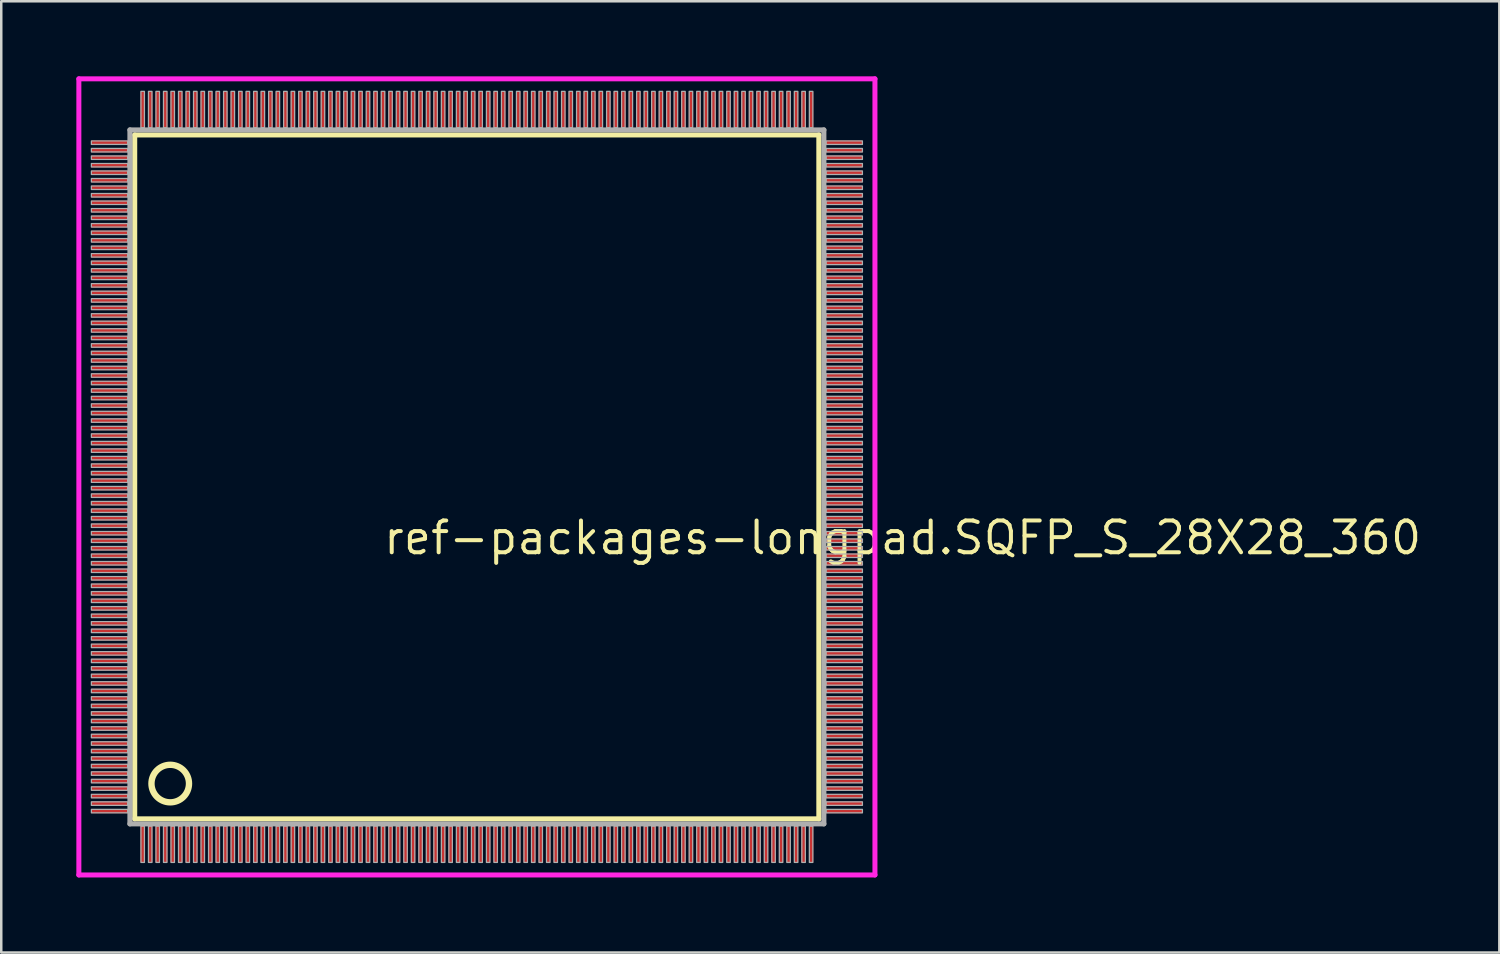
<source format=kicad_pcb>
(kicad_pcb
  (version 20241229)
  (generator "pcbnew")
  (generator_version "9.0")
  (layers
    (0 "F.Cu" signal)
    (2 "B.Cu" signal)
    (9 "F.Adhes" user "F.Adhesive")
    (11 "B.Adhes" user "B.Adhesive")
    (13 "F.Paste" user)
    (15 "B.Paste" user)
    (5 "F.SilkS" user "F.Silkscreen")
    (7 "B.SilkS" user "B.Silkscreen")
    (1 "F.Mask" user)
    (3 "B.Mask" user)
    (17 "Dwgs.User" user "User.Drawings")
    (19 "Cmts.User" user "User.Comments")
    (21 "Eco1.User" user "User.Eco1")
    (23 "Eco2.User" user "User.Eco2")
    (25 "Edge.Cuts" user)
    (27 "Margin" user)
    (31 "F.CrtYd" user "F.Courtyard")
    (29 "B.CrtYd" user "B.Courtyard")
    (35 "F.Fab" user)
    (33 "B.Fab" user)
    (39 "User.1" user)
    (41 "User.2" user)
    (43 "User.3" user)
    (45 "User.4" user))
  (footprint "ref-packages-longpad.SQFP_S_28X28_360"
    (layer "F.Cu")
    (at 16 16)
    (property "Reference" "ref-packages-longpad.SQFP_S_28X28_360" (at -3.81 3.175 0) (layer "F.SilkS") (effects (font (size 1.27 1.27) (thickness 0.16)) (justify left bottom)))
    (attr smd)
    (fp_line (start -13.67 -13.66) (end 13.66 -13.66) (stroke (width 0.203) (type default)) (layer "F.SilkS"))
    (fp_line (start -13.67 13.66) (end -13.67 -13.66) (stroke (width 0.203) (type default)) (layer "F.SilkS"))
    (fp_line (start 13.66 -13.66) (end 13.66 13.66) (stroke (width 0.203) (type default)) (layer "F.SilkS"))
    (fp_line (start 13.66 13.66) (end -13.67 13.66) (stroke (width 0.203) (type default)) (layer "F.SilkS"))
    (fp_circle (center -12.25 12.25) (end -11.5 12.25) (stroke (width 0.254) (type default)) (fill no) (layer "F.SilkS"))
    (fp_line (start -15.9 -15.9) (end 15.9 -15.9) (stroke (width 0.2) (type default)) (layer "F.CrtYd"))
    (fp_line (start -15.9 15.9) (end -15.9 -15.9) (stroke (width 0.2) (type default)) (layer "F.CrtYd"))
    (fp_line (start 15.9 -15.9) (end 15.9 15.9) (stroke (width 0.2) (type default)) (layer "F.CrtYd"))
    (fp_line (start 15.9 15.9) (end -15.9 15.9) (stroke (width 0.2) (type default)) (layer "F.CrtYd"))
    (fp_line (start -13.86 -13.86) (end -13.86 13.86) (stroke (width 0.203) (type default)) (layer "F.Fab"))
    (fp_line (start -13.86 13.86) (end 13.86 13.86) (stroke (width 0.203) (type default)) (layer "F.Fab"))
    (fp_line (start 13.86 -13.86) (end -13.86 -13.86) (stroke (width 0.203) (type default)) (layer "F.Fab"))
    (fp_line (start 13.86 13.86) (end 13.86 -13.86) (stroke (width 0.203) (type default)) (layer "F.Fab"))
    (fp_rect (start -15.4 -13.28) (end -13.95 -13.42) (stroke (width 0.05) (type default)) (fill no) (layer "F.Fab"))
    (fp_rect (start -15.4 -12.98) (end -13.95 -13.12) (stroke (width 0.05) (type default)) (fill no) (layer "F.Fab"))
    (fp_rect (start -15.4 -12.68) (end -13.95 -12.82) (stroke (width 0.05) (type default)) (fill no) (layer "F.Fab"))
    (fp_rect (start -15.4 -12.38) (end -13.95 -12.52) (stroke (width 0.05) (type default)) (fill no) (layer "F.Fab"))
    (fp_rect (start -15.4 -12.08) (end -13.95 -12.22) (stroke (width 0.05) (type default)) (fill no) (layer "F.Fab"))
    (fp_rect (start -15.4 -11.78) (end -13.95 -11.92) (stroke (width 0.05) (type default)) (fill no) (layer "F.Fab"))
    (fp_rect (start -15.4 -11.48) (end -13.95 -11.62) (stroke (width 0.05) (type default)) (fill no) (layer "F.Fab"))
    (fp_rect (start -15.4 -11.18) (end -13.95 -11.32) (stroke (width 0.05) (type default)) (fill no) (layer "F.Fab"))
    (fp_rect (start -15.4 -10.88) (end -13.95 -11.02) (stroke (width 0.05) (type default)) (fill no) (layer "F.Fab"))
    (fp_rect (start -15.4 -10.58) (end -13.95 -10.72) (stroke (width 0.05) (type default)) (fill no) (layer "F.Fab"))
    (fp_rect (start -15.4 -10.28) (end -13.95 -10.42) (stroke (width 0.05) (type default)) (fill no) (layer "F.Fab"))
    (fp_rect (start -15.4 -9.98) (end -13.95 -10.12) (stroke (width 0.05) (type default)) (fill no) (layer "F.Fab"))
    (fp_rect (start -15.4 -9.68) (end -13.95 -9.82) (stroke (width 0.05) (type default)) (fill no) (layer "F.Fab"))
    (fp_rect (start -15.4 -9.38) (end -13.95 -9.52) (stroke (width 0.05) (type default)) (fill no) (layer "F.Fab"))
    (fp_rect (start -15.4 -9.08) (end -13.95 -9.22) (stroke (width 0.05) (type default)) (fill no) (layer "F.Fab"))
    (fp_rect (start -15.4 -8.78) (end -13.95 -8.92) (stroke (width 0.05) (type default)) (fill no) (layer "F.Fab"))
    (fp_rect (start -15.4 -8.48) (end -13.95 -8.62) (stroke (width 0.05) (type default)) (fill no) (layer "F.Fab"))
    (fp_rect (start -15.4 -8.18) (end -13.95 -8.32) (stroke (width 0.05) (type default)) (fill no) (layer "F.Fab"))
    (fp_rect (start -15.4 -7.88) (end -13.95 -8.02) (stroke (width 0.05) (type default)) (fill no) (layer "F.Fab"))
    (fp_rect (start -15.4 -7.58) (end -13.95 -7.72) (stroke (width 0.05) (type default)) (fill no) (layer "F.Fab"))
    (fp_rect (start -15.4 -7.28) (end -13.95 -7.42) (stroke (width 0.05) (type default)) (fill no) (layer "F.Fab"))
    (fp_rect (start -15.4 -6.98) (end -13.95 -7.12) (stroke (width 0.05) (type default)) (fill no) (layer "F.Fab"))
    (fp_rect (start -15.4 -6.68) (end -13.95 -6.82) (stroke (width 0.05) (type default)) (fill no) (layer "F.Fab"))
    (fp_rect (start -15.4 -6.38) (end -13.95 -6.52) (stroke (width 0.05) (type default)) (fill no) (layer "F.Fab"))
    (fp_rect (start -15.4 -6.08) (end -13.95 -6.22) (stroke (width 0.05) (type default)) (fill no) (layer "F.Fab"))
    (fp_rect (start -15.4 -5.78) (end -13.95 -5.92) (stroke (width 0.05) (type default)) (fill no) (layer "F.Fab"))
    (fp_rect (start -15.4 -5.48) (end -13.95 -5.62) (stroke (width 0.05) (type default)) (fill no) (layer "F.Fab"))
    (fp_rect (start -15.4 -5.18) (end -13.95 -5.32) (stroke (width 0.05) (type default)) (fill no) (layer "F.Fab"))
    (fp_rect (start -15.4 -4.88) (end -13.95 -5.02) (stroke (width 0.05) (type default)) (fill no) (layer "F.Fab"))
    (fp_rect (start -15.4 -4.58) (end -13.95 -4.72) (stroke (width 0.05) (type default)) (fill no) (layer "F.Fab"))
    (fp_rect (start -15.4 -4.28) (end -13.95 -4.42) (stroke (width 0.05) (type default)) (fill no) (layer "F.Fab"))
    (fp_rect (start -15.4 -3.98) (end -13.95 -4.12) (stroke (width 0.05) (type default)) (fill no) (layer "F.Fab"))
    (fp_rect (start -15.4 -3.68) (end -13.95 -3.82) (stroke (width 0.05) (type default)) (fill no) (layer "F.Fab"))
    (fp_rect (start -15.4 -3.38) (end -13.95 -3.52) (stroke (width 0.05) (type default)) (fill no) (layer "F.Fab"))
    (fp_rect (start -15.4 -3.08) (end -13.95 -3.22) (stroke (width 0.05) (type default)) (fill no) (layer "F.Fab"))
    (fp_rect (start -15.4 -2.78) (end -13.95 -2.92) (stroke (width 0.05) (type default)) (fill no) (layer "F.Fab"))
    (fp_rect (start -15.4 -2.48) (end -13.95 -2.62) (stroke (width 0.05) (type default)) (fill no) (layer "F.Fab"))
    (fp_rect (start -15.4 -2.18) (end -13.95 -2.32) (stroke (width 0.05) (type default)) (fill no) (layer "F.Fab"))
    (fp_rect (start -15.4 -1.88) (end -13.95 -2.02) (stroke (width 0.05) (type default)) (fill no) (layer "F.Fab"))
    (fp_rect (start -15.4 -1.58) (end -13.95 -1.72) (stroke (width 0.05) (type default)) (fill no) (layer "F.Fab"))
    (fp_rect (start -15.4 -1.28) (end -13.95 -1.42) (stroke (width 0.05) (type default)) (fill no) (layer "F.Fab"))
    (fp_rect (start -15.4 -0.98) (end -13.95 -1.12) (stroke (width 0.05) (type default)) (fill no) (layer "F.Fab"))
    (fp_rect (start -15.4 -0.68) (end -13.95 -0.82) (stroke (width 0.05) (type default)) (fill no) (layer "F.Fab"))
    (fp_rect (start -15.4 -0.38) (end -13.95 -0.52) (stroke (width 0.05) (type default)) (fill no) (layer "F.Fab"))
    (fp_rect (start -15.4 -0.08) (end -13.95 -0.22) (stroke (width 0.05) (type default)) (fill no) (layer "F.Fab"))
    (fp_rect (start -15.4 0.22) (end -13.95 0.08) (stroke (width 0.05) (type default)) (fill no) (layer "F.Fab"))
    (fp_rect (start -15.4 0.52) (end -13.95 0.38) (stroke (width 0.05) (type default)) (fill no) (layer "F.Fab"))
    (fp_rect (start -15.4 0.82) (end -13.95 0.68) (stroke (width 0.05) (type default)) (fill no) (layer "F.Fab"))
    (fp_rect (start -15.4 1.12) (end -13.95 0.98) (stroke (width 0.05) (type default)) (fill no) (layer "F.Fab"))
    (fp_rect (start -15.4 1.42) (end -13.95 1.28) (stroke (width 0.05) (type default)) (fill no) (layer "F.Fab"))
    (fp_rect (start -15.4 1.72) (end -13.95 1.58) (stroke (width 0.05) (type default)) (fill no) (layer "F.Fab"))
    (fp_rect (start -15.4 2.02) (end -13.95 1.88) (stroke (width 0.05) (type default)) (fill no) (layer "F.Fab"))
    (fp_rect (start -15.4 2.32) (end -13.95 2.18) (stroke (width 0.05) (type default)) (fill no) (layer "F.Fab"))
    (fp_rect (start -15.4 2.62) (end -13.95 2.48) (stroke (width 0.05) (type default)) (fill no) (layer "F.Fab"))
    (fp_rect (start -15.4 2.92) (end -13.95 2.78) (stroke (width 0.05) (type default)) (fill no) (layer "F.Fab"))
    (fp_rect (start -15.4 3.22) (end -13.95 3.08) (stroke (width 0.05) (type default)) (fill no) (layer "F.Fab"))
    (fp_rect (start -15.4 3.52) (end -13.95 3.38) (stroke (width 0.05) (type default)) (fill no) (layer "F.Fab"))
    (fp_rect (start -15.4 3.82) (end -13.95 3.68) (stroke (width 0.05) (type default)) (fill no) (layer "F.Fab"))
    (fp_rect (start -15.4 4.12) (end -13.95 3.98) (stroke (width 0.05) (type default)) (fill no) (layer "F.Fab"))
    (fp_rect (start -15.4 4.42) (end -13.95 4.28) (stroke (width 0.05) (type default)) (fill no) (layer "F.Fab"))
    (fp_rect (start -15.4 4.72) (end -13.95 4.58) (stroke (width 0.05) (type default)) (fill no) (layer "F.Fab"))
    (fp_rect (start -15.4 5.02) (end -13.95 4.88) (stroke (width 0.05) (type default)) (fill no) (layer "F.Fab"))
    (fp_rect (start -15.4 5.32) (end -13.95 5.18) (stroke (width 0.05) (type default)) (fill no) (layer "F.Fab"))
    (fp_rect (start -15.4 5.62) (end -13.95 5.48) (stroke (width 0.05) (type default)) (fill no) (layer "F.Fab"))
    (fp_rect (start -15.4 5.92) (end -13.95 5.78) (stroke (width 0.05) (type default)) (fill no) (layer "F.Fab"))
    (fp_rect (start -15.4 6.22) (end -13.95 6.08) (stroke (width 0.05) (type default)) (fill no) (layer "F.Fab"))
    (fp_rect (start -15.4 6.52) (end -13.95 6.38) (stroke (width 0.05) (type default)) (fill no) (layer "F.Fab"))
    (fp_rect (start -15.4 6.82) (end -13.95 6.68) (stroke (width 0.05) (type default)) (fill no) (layer "F.Fab"))
    (fp_rect (start -15.4 7.12) (end -13.95 6.98) (stroke (width 0.05) (type default)) (fill no) (layer "F.Fab"))
    (fp_rect (start -15.4 7.42) (end -13.95 7.28) (stroke (width 0.05) (type default)) (fill no) (layer "F.Fab"))
    (fp_rect (start -15.4 7.72) (end -13.95 7.58) (stroke (width 0.05) (type default)) (fill no) (layer "F.Fab"))
    (fp_rect (start -15.4 8.02) (end -13.95 7.88) (stroke (width 0.05) (type default)) (fill no) (layer "F.Fab"))
    (fp_rect (start -15.4 8.32) (end -13.95 8.18) (stroke (width 0.05) (type default)) (fill no) (layer "F.Fab"))
    (fp_rect (start -15.4 8.62) (end -13.95 8.48) (stroke (width 0.05) (type default)) (fill no) (layer "F.Fab"))
    (fp_rect (start -15.4 8.92) (end -13.95 8.78) (stroke (width 0.05) (type default)) (fill no) (layer "F.Fab"))
    (fp_rect (start -15.4 9.22) (end -13.95 9.08) (stroke (width 0.05) (type default)) (fill no) (layer "F.Fab"))
    (fp_rect (start -15.4 9.52) (end -13.95 9.38) (stroke (width 0.05) (type default)) (fill no) (layer "F.Fab"))
    (fp_rect (start -15.4 9.82) (end -13.95 9.68) (stroke (width 0.05) (type default)) (fill no) (layer "F.Fab"))
    (fp_rect (start -15.4 10.12) (end -13.95 9.98) (stroke (width 0.05) (type default)) (fill no) (layer "F.Fab"))
    (fp_rect (start -15.4 10.42) (end -13.95 10.28) (stroke (width 0.05) (type default)) (fill no) (layer "F.Fab"))
    (fp_rect (start -15.4 10.72) (end -13.95 10.58) (stroke (width 0.05) (type default)) (fill no) (layer "F.Fab"))
    (fp_rect (start -15.4 11.02) (end -13.95 10.88) (stroke (width 0.05) (type default)) (fill no) (layer "F.Fab"))
    (fp_rect (start -15.4 11.32) (end -13.95 11.18) (stroke (width 0.05) (type default)) (fill no) (layer "F.Fab"))
    (fp_rect (start -15.4 11.62) (end -13.95 11.48) (stroke (width 0.05) (type default)) (fill no) (layer "F.Fab"))
    (fp_rect (start -15.4 11.92) (end -13.95 11.78) (stroke (width 0.05) (type default)) (fill no) (layer "F.Fab"))
    (fp_rect (start -15.4 12.22) (end -13.95 12.08) (stroke (width 0.05) (type default)) (fill no) (layer "F.Fab"))
    (fp_rect (start -15.4 12.52) (end -13.95 12.38) (stroke (width 0.05) (type default)) (fill no) (layer "F.Fab"))
    (fp_rect (start -15.4 12.82) (end -13.95 12.68) (stroke (width 0.05) (type default)) (fill no) (layer "F.Fab"))
    (fp_rect (start -15.4 13.12) (end -13.95 12.98) (stroke (width 0.05) (type default)) (fill no) (layer "F.Fab"))
    (fp_rect (start -15.4 13.42) (end -13.95 13.28) (stroke (width 0.05) (type default)) (fill no) (layer "F.Fab"))
    (fp_rect (start -13.42 -13.95) (end -13.28 -15.4) (stroke (width 0.05) (type default)) (fill no) (layer "F.Fab"))
    (fp_rect (start -13.42 15.4) (end -13.28 13.95) (stroke (width 0.05) (type default)) (fill no) (layer "F.Fab"))
    (fp_rect (start -13.12 -13.95) (end -12.98 -15.4) (stroke (width 0.05) (type default)) (fill no) (layer "F.Fab"))
    (fp_rect (start -13.12 15.4) (end -12.98 13.95) (stroke (width 0.05) (type default)) (fill no) (layer "F.Fab"))
    (fp_rect (start -12.82 -13.95) (end -12.68 -15.4) (stroke (width 0.05) (type default)) (fill no) (layer "F.Fab"))
    (fp_rect (start -12.82 15.4) (end -12.68 13.95) (stroke (width 0.05) (type default)) (fill no) (layer "F.Fab"))
    (fp_rect (start -12.52 -13.95) (end -12.38 -15.4) (stroke (width 0.05) (type default)) (fill no) (layer "F.Fab"))
    (fp_rect (start -12.52 15.4) (end -12.38 13.95) (stroke (width 0.05) (type default)) (fill no) (layer "F.Fab"))
    (fp_rect (start -12.22 -13.95) (end -12.08 -15.4) (stroke (width 0.05) (type default)) (fill no) (layer "F.Fab"))
    (fp_rect (start -12.22 15.4) (end -12.08 13.95) (stroke (width 0.05) (type default)) (fill no) (layer "F.Fab"))
    (fp_rect (start -11.92 -13.95) (end -11.78 -15.4) (stroke (width 0.05) (type default)) (fill no) (layer "F.Fab"))
    (fp_rect (start -11.92 15.4) (end -11.78 13.95) (stroke (width 0.05) (type default)) (fill no) (layer "F.Fab"))
    (fp_rect (start -11.62 -13.95) (end -11.48 -15.4) (stroke (width 0.05) (type default)) (fill no) (layer "F.Fab"))
    (fp_rect (start -11.62 15.4) (end -11.48 13.95) (stroke (width 0.05) (type default)) (fill no) (layer "F.Fab"))
    (fp_rect (start -11.32 -13.95) (end -11.18 -15.4) (stroke (width 0.05) (type default)) (fill no) (layer "F.Fab"))
    (fp_rect (start -11.32 15.4) (end -11.18 13.95) (stroke (width 0.05) (type default)) (fill no) (layer "F.Fab"))
    (fp_rect (start -11.02 -13.95) (end -10.88 -15.4) (stroke (width 0.05) (type default)) (fill no) (layer "F.Fab"))
    (fp_rect (start -11.02 15.4) (end -10.88 13.95) (stroke (width 0.05) (type default)) (fill no) (layer "F.Fab"))
    (fp_rect (start -10.72 -13.95) (end -10.58 -15.4) (stroke (width 0.05) (type default)) (fill no) (layer "F.Fab"))
    (fp_rect (start -10.72 15.4) (end -10.58 13.95) (stroke (width 0.05) (type default)) (fill no) (layer "F.Fab"))
    (fp_rect (start -10.42 -13.95) (end -10.28 -15.4) (stroke (width 0.05) (type default)) (fill no) (layer "F.Fab"))
    (fp_rect (start -10.42 15.4) (end -10.28 13.95) (stroke (width 0.05) (type default)) (fill no) (layer "F.Fab"))
    (fp_rect (start -10.12 -13.95) (end -9.98 -15.4) (stroke (width 0.05) (type default)) (fill no) (layer "F.Fab"))
    (fp_rect (start -10.12 15.4) (end -9.98 13.95) (stroke (width 0.05) (type default)) (fill no) (layer "F.Fab"))
    (fp_rect (start -9.82 -13.95) (end -9.68 -15.4) (stroke (width 0.05) (type default)) (fill no) (layer "F.Fab"))
    (fp_rect (start -9.82 15.4) (end -9.68 13.95) (stroke (width 0.05) (type default)) (fill no) (layer "F.Fab"))
    (fp_rect (start -9.52 -13.95) (end -9.38 -15.4) (stroke (width 0.05) (type default)) (fill no) (layer "F.Fab"))
    (fp_rect (start -9.52 15.4) (end -9.38 13.95) (stroke (width 0.05) (type default)) (fill no) (layer "F.Fab"))
    (fp_rect (start -9.22 -13.95) (end -9.08 -15.4) (stroke (width 0.05) (type default)) (fill no) (layer "F.Fab"))
    (fp_rect (start -9.22 15.4) (end -9.08 13.95) (stroke (width 0.05) (type default)) (fill no) (layer "F.Fab"))
    (fp_rect (start -8.92 -13.95) (end -8.78 -15.4) (stroke (width 0.05) (type default)) (fill no) (layer "F.Fab"))
    (fp_rect (start -8.92 15.4) (end -8.78 13.95) (stroke (width 0.05) (type default)) (fill no) (layer "F.Fab"))
    (fp_rect (start -8.62 -13.95) (end -8.48 -15.4) (stroke (width 0.05) (type default)) (fill no) (layer "F.Fab"))
    (fp_rect (start -8.62 15.4) (end -8.48 13.95) (stroke (width 0.05) (type default)) (fill no) (layer "F.Fab"))
    (fp_rect (start -8.32 -13.95) (end -8.18 -15.4) (stroke (width 0.05) (type default)) (fill no) (layer "F.Fab"))
    (fp_rect (start -8.32 15.4) (end -8.18 13.95) (stroke (width 0.05) (type default)) (fill no) (layer "F.Fab"))
    (fp_rect (start -8.02 -13.95) (end -7.88 -15.4) (stroke (width 0.05) (type default)) (fill no) (layer "F.Fab"))
    (fp_rect (start -8.02 15.4) (end -7.88 13.95) (stroke (width 0.05) (type default)) (fill no) (layer "F.Fab"))
    (fp_rect (start -7.72 -13.95) (end -7.58 -15.4) (stroke (width 0.05) (type default)) (fill no) (layer "F.Fab"))
    (fp_rect (start -7.72 15.4) (end -7.58 13.95) (stroke (width 0.05) (type default)) (fill no) (layer "F.Fab"))
    (fp_rect (start -7.42 -13.95) (end -7.28 -15.4) (stroke (width 0.05) (type default)) (fill no) (layer "F.Fab"))
    (fp_rect (start -7.42 15.4) (end -7.28 13.95) (stroke (width 0.05) (type default)) (fill no) (layer "F.Fab"))
    (fp_rect (start -7.12 -13.95) (end -6.98 -15.4) (stroke (width 0.05) (type default)) (fill no) (layer "F.Fab"))
    (fp_rect (start -7.12 15.4) (end -6.98 13.95) (stroke (width 0.05) (type default)) (fill no) (layer "F.Fab"))
    (fp_rect (start -6.82 -13.95) (end -6.68 -15.4) (stroke (width 0.05) (type default)) (fill no) (layer "F.Fab"))
    (fp_rect (start -6.82 15.4) (end -6.68 13.95) (stroke (width 0.05) (type default)) (fill no) (layer "F.Fab"))
    (fp_rect (start -6.52 -13.95) (end -6.38 -15.4) (stroke (width 0.05) (type default)) (fill no) (layer "F.Fab"))
    (fp_rect (start -6.52 15.4) (end -6.38 13.95) (stroke (width 0.05) (type default)) (fill no) (layer "F.Fab"))
    (fp_rect (start -6.22 -13.95) (end -6.08 -15.4) (stroke (width 0.05) (type default)) (fill no) (layer "F.Fab"))
    (fp_rect (start -6.22 15.4) (end -6.08 13.95) (stroke (width 0.05) (type default)) (fill no) (layer "F.Fab"))
    (fp_rect (start -5.92 -13.95) (end -5.78 -15.4) (stroke (width 0.05) (type default)) (fill no) (layer "F.Fab"))
    (fp_rect (start -5.92 15.4) (end -5.78 13.95) (stroke (width 0.05) (type default)) (fill no) (layer "F.Fab"))
    (fp_rect (start -5.62 -13.95) (end -5.48 -15.4) (stroke (width 0.05) (type default)) (fill no) (layer "F.Fab"))
    (fp_rect (start -5.62 15.4) (end -5.48 13.95) (stroke (width 0.05) (type default)) (fill no) (layer "F.Fab"))
    (fp_rect (start -5.32 -13.95) (end -5.18 -15.4) (stroke (width 0.05) (type default)) (fill no) (layer "F.Fab"))
    (fp_rect (start -5.32 15.4) (end -5.18 13.95) (stroke (width 0.05) (type default)) (fill no) (layer "F.Fab"))
    (fp_rect (start -5.02 -13.95) (end -4.88 -15.4) (stroke (width 0.05) (type default)) (fill no) (layer "F.Fab"))
    (fp_rect (start -5.02 15.4) (end -4.88 13.95) (stroke (width 0.05) (type default)) (fill no) (layer "F.Fab"))
    (fp_rect (start -4.72 -13.95) (end -4.58 -15.4) (stroke (width 0.05) (type default)) (fill no) (layer "F.Fab"))
    (fp_rect (start -4.72 15.4) (end -4.58 13.95) (stroke (width 0.05) (type default)) (fill no) (layer "F.Fab"))
    (fp_rect (start -4.42 -13.95) (end -4.28 -15.4) (stroke (width 0.05) (type default)) (fill no) (layer "F.Fab"))
    (fp_rect (start -4.42 15.4) (end -4.28 13.95) (stroke (width 0.05) (type default)) (fill no) (layer "F.Fab"))
    (fp_rect (start -4.12 -13.95) (end -3.98 -15.4) (stroke (width 0.05) (type default)) (fill no) (layer "F.Fab"))
    (fp_rect (start -4.12 15.4) (end -3.98 13.95) (stroke (width 0.05) (type default)) (fill no) (layer "F.Fab"))
    (fp_rect (start -3.82 -13.95) (end -3.68 -15.4) (stroke (width 0.05) (type default)) (fill no) (layer "F.Fab"))
    (fp_rect (start -3.82 15.4) (end -3.68 13.95) (stroke (width 0.05) (type default)) (fill no) (layer "F.Fab"))
    (fp_rect (start -3.52 -13.95) (end -3.38 -15.4) (stroke (width 0.05) (type default)) (fill no) (layer "F.Fab"))
    (fp_rect (start -3.52 15.4) (end -3.38 13.95) (stroke (width 0.05) (type default)) (fill no) (layer "F.Fab"))
    (fp_rect (start -3.22 -13.95) (end -3.08 -15.4) (stroke (width 0.05) (type default)) (fill no) (layer "F.Fab"))
    (fp_rect (start -3.22 15.4) (end -3.08 13.95) (stroke (width 0.05) (type default)) (fill no) (layer "F.Fab"))
    (fp_rect (start -2.92 -13.95) (end -2.78 -15.4) (stroke (width 0.05) (type default)) (fill no) (layer "F.Fab"))
    (fp_rect (start -2.92 15.4) (end -2.78 13.95) (stroke (width 0.05) (type default)) (fill no) (layer "F.Fab"))
    (fp_rect (start -2.62 -13.95) (end -2.48 -15.4) (stroke (width 0.05) (type default)) (fill no) (layer "F.Fab"))
    (fp_rect (start -2.62 15.4) (end -2.48 13.95) (stroke (width 0.05) (type default)) (fill no) (layer "F.Fab"))
    (fp_rect (start -2.32 -13.95) (end -2.18 -15.4) (stroke (width 0.05) (type default)) (fill no) (layer "F.Fab"))
    (fp_rect (start -2.32 15.4) (end -2.18 13.95) (stroke (width 0.05) (type default)) (fill no) (layer "F.Fab"))
    (fp_rect (start -2.02 -13.95) (end -1.88 -15.4) (stroke (width 0.05) (type default)) (fill no) (layer "F.Fab"))
    (fp_rect (start -2.02 15.4) (end -1.88 13.95) (stroke (width 0.05) (type default)) (fill no) (layer "F.Fab"))
    (fp_rect (start -1.72 -13.95) (end -1.58 -15.4) (stroke (width 0.05) (type default)) (fill no) (layer "F.Fab"))
    (fp_rect (start -1.72 15.4) (end -1.58 13.95) (stroke (width 0.05) (type default)) (fill no) (layer "F.Fab"))
    (fp_rect (start -1.42 -13.95) (end -1.28 -15.4) (stroke (width 0.05) (type default)) (fill no) (layer "F.Fab"))
    (fp_rect (start -1.42 15.4) (end -1.28 13.95) (stroke (width 0.05) (type default)) (fill no) (layer "F.Fab"))
    (fp_rect (start -1.12 -13.95) (end -0.98 -15.4) (stroke (width 0.05) (type default)) (fill no) (layer "F.Fab"))
    (fp_rect (start -1.12 15.4) (end -0.98 13.95) (stroke (width 0.05) (type default)) (fill no) (layer "F.Fab"))
    (fp_rect (start -0.82 -13.95) (end -0.68 -15.4) (stroke (width 0.05) (type default)) (fill no) (layer "F.Fab"))
    (fp_rect (start -0.82 15.4) (end -0.68 13.95) (stroke (width 0.05) (type default)) (fill no) (layer "F.Fab"))
    (fp_rect (start -0.52 -13.95) (end -0.38 -15.4) (stroke (width 0.05) (type default)) (fill no) (layer "F.Fab"))
    (fp_rect (start -0.52 15.4) (end -0.38 13.95) (stroke (width 0.05) (type default)) (fill no) (layer "F.Fab"))
    (fp_rect (start -0.22 -13.95) (end -0.08 -15.4) (stroke (width 0.05) (type default)) (fill no) (layer "F.Fab"))
    (fp_rect (start -0.22 15.4) (end -0.08 13.95) (stroke (width 0.05) (type default)) (fill no) (layer "F.Fab"))
    (fp_rect (start 0.08 -13.95) (end 0.22 -15.4) (stroke (width 0.05) (type default)) (fill no) (layer "F.Fab"))
    (fp_rect (start 0.08 15.4) (end 0.22 13.95) (stroke (width 0.05) (type default)) (fill no) (layer "F.Fab"))
    (fp_rect (start 0.38 -13.95) (end 0.52 -15.4) (stroke (width 0.05) (type default)) (fill no) (layer "F.Fab"))
    (fp_rect (start 0.38 15.4) (end 0.52 13.95) (stroke (width 0.05) (type default)) (fill no) (layer "F.Fab"))
    (fp_rect (start 0.68 -13.95) (end 0.82 -15.4) (stroke (width 0.05) (type default)) (fill no) (layer "F.Fab"))
    (fp_rect (start 0.68 15.4) (end 0.82 13.95) (stroke (width 0.05) (type default)) (fill no) (layer "F.Fab"))
    (fp_rect (start 0.98 -13.95) (end 1.12 -15.4) (stroke (width 0.05) (type default)) (fill no) (layer "F.Fab"))
    (fp_rect (start 0.98 15.4) (end 1.12 13.95) (stroke (width 0.05) (type default)) (fill no) (layer "F.Fab"))
    (fp_rect (start 1.28 -13.95) (end 1.42 -15.4) (stroke (width 0.05) (type default)) (fill no) (layer "F.Fab"))
    (fp_rect (start 1.28 15.4) (end 1.42 13.95) (stroke (width 0.05) (type default)) (fill no) (layer "F.Fab"))
    (fp_rect (start 1.58 -13.95) (end 1.72 -15.4) (stroke (width 0.05) (type default)) (fill no) (layer "F.Fab"))
    (fp_rect (start 1.58 15.4) (end 1.72 13.95) (stroke (width 0.05) (type default)) (fill no) (layer "F.Fab"))
    (fp_rect (start 1.88 -13.95) (end 2.02 -15.4) (stroke (width 0.05) (type default)) (fill no) (layer "F.Fab"))
    (fp_rect (start 1.88 15.4) (end 2.02 13.95) (stroke (width 0.05) (type default)) (fill no) (layer "F.Fab"))
    (fp_rect (start 2.18 -13.95) (end 2.32 -15.4) (stroke (width 0.05) (type default)) (fill no) (layer "F.Fab"))
    (fp_rect (start 2.18 15.4) (end 2.32 13.95) (stroke (width 0.05) (type default)) (fill no) (layer "F.Fab"))
    (fp_rect (start 2.48 -13.95) (end 2.62 -15.4) (stroke (width 0.05) (type default)) (fill no) (layer "F.Fab"))
    (fp_rect (start 2.48 15.4) (end 2.62 13.95) (stroke (width 0.05) (type default)) (fill no) (layer "F.Fab"))
    (fp_rect (start 2.78 -13.95) (end 2.92 -15.4) (stroke (width 0.05) (type default)) (fill no) (layer "F.Fab"))
    (fp_rect (start 2.78 15.4) (end 2.92 13.95) (stroke (width 0.05) (type default)) (fill no) (layer "F.Fab"))
    (fp_rect (start 3.08 -13.95) (end 3.22 -15.4) (stroke (width 0.05) (type default)) (fill no) (layer "F.Fab"))
    (fp_rect (start 3.08 15.4) (end 3.22 13.95) (stroke (width 0.05) (type default)) (fill no) (layer "F.Fab"))
    (fp_rect (start 3.38 -13.95) (end 3.52 -15.4) (stroke (width 0.05) (type default)) (fill no) (layer "F.Fab"))
    (fp_rect (start 3.38 15.4) (end 3.52 13.95) (stroke (width 0.05) (type default)) (fill no) (layer "F.Fab"))
    (fp_rect (start 3.68 -13.95) (end 3.82 -15.4) (stroke (width 0.05) (type default)) (fill no) (layer "F.Fab"))
    (fp_rect (start 3.68 15.4) (end 3.82 13.95) (stroke (width 0.05) (type default)) (fill no) (layer "F.Fab"))
    (fp_rect (start 3.98 -13.95) (end 4.12 -15.4) (stroke (width 0.05) (type default)) (fill no) (layer "F.Fab"))
    (fp_rect (start 3.98 15.4) (end 4.12 13.95) (stroke (width 0.05) (type default)) (fill no) (layer "F.Fab"))
    (fp_rect (start 4.28 -13.95) (end 4.42 -15.4) (stroke (width 0.05) (type default)) (fill no) (layer "F.Fab"))
    (fp_rect (start 4.28 15.4) (end 4.42 13.95) (stroke (width 0.05) (type default)) (fill no) (layer "F.Fab"))
    (fp_rect (start 4.58 -13.95) (end 4.72 -15.4) (stroke (width 0.05) (type default)) (fill no) (layer "F.Fab"))
    (fp_rect (start 4.58 15.4) (end 4.72 13.95) (stroke (width 0.05) (type default)) (fill no) (layer "F.Fab"))
    (fp_rect (start 4.88 -13.95) (end 5.02 -15.4) (stroke (width 0.05) (type default)) (fill no) (layer "F.Fab"))
    (fp_rect (start 4.88 15.4) (end 5.02 13.95) (stroke (width 0.05) (type default)) (fill no) (layer "F.Fab"))
    (fp_rect (start 5.18 -13.95) (end 5.32 -15.4) (stroke (width 0.05) (type default)) (fill no) (layer "F.Fab"))
    (fp_rect (start 5.18 15.4) (end 5.32 13.95) (stroke (width 0.05) (type default)) (fill no) (layer "F.Fab"))
    (fp_rect (start 5.48 -13.95) (end 5.62 -15.4) (stroke (width 0.05) (type default)) (fill no) (layer "F.Fab"))
    (fp_rect (start 5.48 15.4) (end 5.62 13.95) (stroke (width 0.05) (type default)) (fill no) (layer "F.Fab"))
    (fp_rect (start 5.78 -13.95) (end 5.92 -15.4) (stroke (width 0.05) (type default)) (fill no) (layer "F.Fab"))
    (fp_rect (start 5.78 15.4) (end 5.92 13.95) (stroke (width 0.05) (type default)) (fill no) (layer "F.Fab"))
    (fp_rect (start 6.08 -13.95) (end 6.22 -15.4) (stroke (width 0.05) (type default)) (fill no) (layer "F.Fab"))
    (fp_rect (start 6.08 15.4) (end 6.22 13.95) (stroke (width 0.05) (type default)) (fill no) (layer "F.Fab"))
    (fp_rect (start 6.38 -13.95) (end 6.52 -15.4) (stroke (width 0.05) (type default)) (fill no) (layer "F.Fab"))
    (fp_rect (start 6.38 15.4) (end 6.52 13.95) (stroke (width 0.05) (type default)) (fill no) (layer "F.Fab"))
    (fp_rect (start 6.68 -13.95) (end 6.82 -15.4) (stroke (width 0.05) (type default)) (fill no) (layer "F.Fab"))
    (fp_rect (start 6.68 15.4) (end 6.82 13.95) (stroke (width 0.05) (type default)) (fill no) (layer "F.Fab"))
    (fp_rect (start 6.98 -13.95) (end 7.12 -15.4) (stroke (width 0.05) (type default)) (fill no) (layer "F.Fab"))
    (fp_rect (start 6.98 15.4) (end 7.12 13.95) (stroke (width 0.05) (type default)) (fill no) (layer "F.Fab"))
    (fp_rect (start 7.28 -13.95) (end 7.42 -15.4) (stroke (width 0.05) (type default)) (fill no) (layer "F.Fab"))
    (fp_rect (start 7.28 15.4) (end 7.42 13.95) (stroke (width 0.05) (type default)) (fill no) (layer "F.Fab"))
    (fp_rect (start 7.58 -13.95) (end 7.72 -15.4) (stroke (width 0.05) (type default)) (fill no) (layer "F.Fab"))
    (fp_rect (start 7.58 15.4) (end 7.72 13.95) (stroke (width 0.05) (type default)) (fill no) (layer "F.Fab"))
    (fp_rect (start 7.88 -13.95) (end 8.02 -15.4) (stroke (width 0.05) (type default)) (fill no) (layer "F.Fab"))
    (fp_rect (start 7.88 15.4) (end 8.02 13.95) (stroke (width 0.05) (type default)) (fill no) (layer "F.Fab"))
    (fp_rect (start 8.18 -13.95) (end 8.32 -15.4) (stroke (width 0.05) (type default)) (fill no) (layer "F.Fab"))
    (fp_rect (start 8.18 15.4) (end 8.32 13.95) (stroke (width 0.05) (type default)) (fill no) (layer "F.Fab"))
    (fp_rect (start 8.48 -13.95) (end 8.62 -15.4) (stroke (width 0.05) (type default)) (fill no) (layer "F.Fab"))
    (fp_rect (start 8.48 15.4) (end 8.62 13.95) (stroke (width 0.05) (type default)) (fill no) (layer "F.Fab"))
    (fp_rect (start 8.78 -13.95) (end 8.92 -15.4) (stroke (width 0.05) (type default)) (fill no) (layer "F.Fab"))
    (fp_rect (start 8.78 15.4) (end 8.92 13.95) (stroke (width 0.05) (type default)) (fill no) (layer "F.Fab"))
    (fp_rect (start 9.08 -13.95) (end 9.22 -15.4) (stroke (width 0.05) (type default)) (fill no) (layer "F.Fab"))
    (fp_rect (start 9.08 15.4) (end 9.22 13.95) (stroke (width 0.05) (type default)) (fill no) (layer "F.Fab"))
    (fp_rect (start 9.38 -13.95) (end 9.52 -15.4) (stroke (width 0.05) (type default)) (fill no) (layer "F.Fab"))
    (fp_rect (start 9.38 15.4) (end 9.52 13.95) (stroke (width 0.05) (type default)) (fill no) (layer "F.Fab"))
    (fp_rect (start 9.68 -13.95) (end 9.82 -15.4) (stroke (width 0.05) (type default)) (fill no) (layer "F.Fab"))
    (fp_rect (start 9.68 15.4) (end 9.82 13.95) (stroke (width 0.05) (type default)) (fill no) (layer "F.Fab"))
    (fp_rect (start 9.98 -13.95) (end 10.12 -15.4) (stroke (width 0.05) (type default)) (fill no) (layer "F.Fab"))
    (fp_rect (start 9.98 15.4) (end 10.12 13.95) (stroke (width 0.05) (type default)) (fill no) (layer "F.Fab"))
    (fp_rect (start 10.28 -13.95) (end 10.42 -15.4) (stroke (width 0.05) (type default)) (fill no) (layer "F.Fab"))
    (fp_rect (start 10.28 15.4) (end 10.42 13.95) (stroke (width 0.05) (type default)) (fill no) (layer "F.Fab"))
    (fp_rect (start 10.58 -13.95) (end 10.72 -15.4) (stroke (width 0.05) (type default)) (fill no) (layer "F.Fab"))
    (fp_rect (start 10.58 15.4) (end 10.72 13.95) (stroke (width 0.05) (type default)) (fill no) (layer "F.Fab"))
    (fp_rect (start 10.88 -13.95) (end 11.02 -15.4) (stroke (width 0.05) (type default)) (fill no) (layer "F.Fab"))
    (fp_rect (start 10.88 15.4) (end 11.02 13.95) (stroke (width 0.05) (type default)) (fill no) (layer "F.Fab"))
    (fp_rect (start 11.18 -13.95) (end 11.32 -15.4) (stroke (width 0.05) (type default)) (fill no) (layer "F.Fab"))
    (fp_rect (start 11.18 15.4) (end 11.32 13.95) (stroke (width 0.05) (type default)) (fill no) (layer "F.Fab"))
    (fp_rect (start 11.48 -13.95) (end 11.62 -15.4) (stroke (width 0.05) (type default)) (fill no) (layer "F.Fab"))
    (fp_rect (start 11.48 15.4) (end 11.62 13.95) (stroke (width 0.05) (type default)) (fill no) (layer "F.Fab"))
    (fp_rect (start 11.78 -13.95) (end 11.92 -15.4) (stroke (width 0.05) (type default)) (fill no) (layer "F.Fab"))
    (fp_rect (start 11.78 15.4) (end 11.92 13.95) (stroke (width 0.05) (type default)) (fill no) (layer "F.Fab"))
    (fp_rect (start 12.08 -13.95) (end 12.22 -15.4) (stroke (width 0.05) (type default)) (fill no) (layer "F.Fab"))
    (fp_rect (start 12.08 15.4) (end 12.22 13.95) (stroke (width 0.05) (type default)) (fill no) (layer "F.Fab"))
    (fp_rect (start 12.38 -13.95) (end 12.52 -15.4) (stroke (width 0.05) (type default)) (fill no) (layer "F.Fab"))
    (fp_rect (start 12.38 15.4) (end 12.52 13.95) (stroke (width 0.05) (type default)) (fill no) (layer "F.Fab"))
    (fp_rect (start 12.68 -13.95) (end 12.82 -15.4) (stroke (width 0.05) (type default)) (fill no) (layer "F.Fab"))
    (fp_rect (start 12.68 15.4) (end 12.82 13.95) (stroke (width 0.05) (type default)) (fill no) (layer "F.Fab"))
    (fp_rect (start 12.98 -13.95) (end 13.12 -15.4) (stroke (width 0.05) (type default)) (fill no) (layer "F.Fab"))
    (fp_rect (start 12.98 15.4) (end 13.12 13.95) (stroke (width 0.05) (type default)) (fill no) (layer "F.Fab"))
    (fp_rect (start 13.28 -13.95) (end 13.42 -15.4) (stroke (width 0.05) (type default)) (fill no) (layer "F.Fab"))
    (fp_rect (start 13.28 15.4) (end 13.42 13.95) (stroke (width 0.05) (type default)) (fill no) (layer "F.Fab"))
    (fp_rect (start 13.95 -13.28) (end 15.4 -13.42) (stroke (width 0.05) (type default)) (fill no) (layer "F.Fab"))
    (fp_rect (start 13.95 -12.98) (end 15.4 -13.12) (stroke (width 0.05) (type default)) (fill no) (layer "F.Fab"))
    (fp_rect (start 13.95 -12.68) (end 15.4 -12.82) (stroke (width 0.05) (type default)) (fill no) (layer "F.Fab"))
    (fp_rect (start 13.95 -12.38) (end 15.4 -12.52) (stroke (width 0.05) (type default)) (fill no) (layer "F.Fab"))
    (fp_rect (start 13.95 -12.08) (end 15.4 -12.22) (stroke (width 0.05) (type default)) (fill no) (layer "F.Fab"))
    (fp_rect (start 13.95 -11.78) (end 15.4 -11.92) (stroke (width 0.05) (type default)) (fill no) (layer "F.Fab"))
    (fp_rect (start 13.95 -11.48) (end 15.4 -11.62) (stroke (width 0.05) (type default)) (fill no) (layer "F.Fab"))
    (fp_rect (start 13.95 -11.18) (end 15.4 -11.32) (stroke (width 0.05) (type default)) (fill no) (layer "F.Fab"))
    (fp_rect (start 13.95 -10.88) (end 15.4 -11.02) (stroke (width 0.05) (type default)) (fill no) (layer "F.Fab"))
    (fp_rect (start 13.95 -10.58) (end 15.4 -10.72) (stroke (width 0.05) (type default)) (fill no) (layer "F.Fab"))
    (fp_rect (start 13.95 -10.28) (end 15.4 -10.42) (stroke (width 0.05) (type default)) (fill no) (layer "F.Fab"))
    (fp_rect (start 13.95 -9.98) (end 15.4 -10.12) (stroke (width 0.05) (type default)) (fill no) (layer "F.Fab"))
    (fp_rect (start 13.95 -9.68) (end 15.4 -9.82) (stroke (width 0.05) (type default)) (fill no) (layer "F.Fab"))
    (fp_rect (start 13.95 -9.38) (end 15.4 -9.52) (stroke (width 0.05) (type default)) (fill no) (layer "F.Fab"))
    (fp_rect (start 13.95 -9.08) (end 15.4 -9.22) (stroke (width 0.05) (type default)) (fill no) (layer "F.Fab"))
    (fp_rect (start 13.95 -8.78) (end 15.4 -8.92) (stroke (width 0.05) (type default)) (fill no) (layer "F.Fab"))
    (fp_rect (start 13.95 -8.48) (end 15.4 -8.62) (stroke (width 0.05) (type default)) (fill no) (layer "F.Fab"))
    (fp_rect (start 13.95 -8.18) (end 15.4 -8.32) (stroke (width 0.05) (type default)) (fill no) (layer "F.Fab"))
    (fp_rect (start 13.95 -7.88) (end 15.4 -8.02) (stroke (width 0.05) (type default)) (fill no) (layer "F.Fab"))
    (fp_rect (start 13.95 -7.58) (end 15.4 -7.72) (stroke (width 0.05) (type default)) (fill no) (layer "F.Fab"))
    (fp_rect (start 13.95 -7.28) (end 15.4 -7.42) (stroke (width 0.05) (type default)) (fill no) (layer "F.Fab"))
    (fp_rect (start 13.95 -6.98) (end 15.4 -7.12) (stroke (width 0.05) (type default)) (fill no) (layer "F.Fab"))
    (fp_rect (start 13.95 -6.68) (end 15.4 -6.82) (stroke (width 0.05) (type default)) (fill no) (layer "F.Fab"))
    (fp_rect (start 13.95 -6.38) (end 15.4 -6.52) (stroke (width 0.05) (type default)) (fill no) (layer "F.Fab"))
    (fp_rect (start 13.95 -6.08) (end 15.4 -6.22) (stroke (width 0.05) (type default)) (fill no) (layer "F.Fab"))
    (fp_rect (start 13.95 -5.78) (end 15.4 -5.92) (stroke (width 0.05) (type default)) (fill no) (layer "F.Fab"))
    (fp_rect (start 13.95 -5.48) (end 15.4 -5.62) (stroke (width 0.05) (type default)) (fill no) (layer "F.Fab"))
    (fp_rect (start 13.95 -5.18) (end 15.4 -5.32) (stroke (width 0.05) (type default)) (fill no) (layer "F.Fab"))
    (fp_rect (start 13.95 -4.88) (end 15.4 -5.02) (stroke (width 0.05) (type default)) (fill no) (layer "F.Fab"))
    (fp_rect (start 13.95 -4.58) (end 15.4 -4.72) (stroke (width 0.05) (type default)) (fill no) (layer "F.Fab"))
    (fp_rect (start 13.95 -4.28) (end 15.4 -4.42) (stroke (width 0.05) (type default)) (fill no) (layer "F.Fab"))
    (fp_rect (start 13.95 -3.98) (end 15.4 -4.12) (stroke (width 0.05) (type default)) (fill no) (layer "F.Fab"))
    (fp_rect (start 13.95 -3.68) (end 15.4 -3.82) (stroke (width 0.05) (type default)) (fill no) (layer "F.Fab"))
    (fp_rect (start 13.95 -3.38) (end 15.4 -3.52) (stroke (width 0.05) (type default)) (fill no) (layer "F.Fab"))
    (fp_rect (start 13.95 -3.08) (end 15.4 -3.22) (stroke (width 0.05) (type default)) (fill no) (layer "F.Fab"))
    (fp_rect (start 13.95 -2.78) (end 15.4 -2.92) (stroke (width 0.05) (type default)) (fill no) (layer "F.Fab"))
    (fp_rect (start 13.95 -2.48) (end 15.4 -2.62) (stroke (width 0.05) (type default)) (fill no) (layer "F.Fab"))
    (fp_rect (start 13.95 -2.18) (end 15.4 -2.32) (stroke (width 0.05) (type default)) (fill no) (layer "F.Fab"))
    (fp_rect (start 13.95 -1.88) (end 15.4 -2.02) (stroke (width 0.05) (type default)) (fill no) (layer "F.Fab"))
    (fp_rect (start 13.95 -1.58) (end 15.4 -1.72) (stroke (width 0.05) (type default)) (fill no) (layer "F.Fab"))
    (fp_rect (start 13.95 -1.28) (end 15.4 -1.42) (stroke (width 0.05) (type default)) (fill no) (layer "F.Fab"))
    (fp_rect (start 13.95 -0.98) (end 15.4 -1.12) (stroke (width 0.05) (type default)) (fill no) (layer "F.Fab"))
    (fp_rect (start 13.95 -0.68) (end 15.4 -0.82) (stroke (width 0.05) (type default)) (fill no) (layer "F.Fab"))
    (fp_rect (start 13.95 -0.38) (end 15.4 -0.52) (stroke (width 0.05) (type default)) (fill no) (layer "F.Fab"))
    (fp_rect (start 13.95 -0.08) (end 15.4 -0.22) (stroke (width 0.05) (type default)) (fill no) (layer "F.Fab"))
    (fp_rect (start 13.95 0.22) (end 15.4 0.08) (stroke (width 0.05) (type default)) (fill no) (layer "F.Fab"))
    (fp_rect (start 13.95 0.52) (end 15.4 0.38) (stroke (width 0.05) (type default)) (fill no) (layer "F.Fab"))
    (fp_rect (start 13.95 0.82) (end 15.4 0.68) (stroke (width 0.05) (type default)) (fill no) (layer "F.Fab"))
    (fp_rect (start 13.95 1.12) (end 15.4 0.98) (stroke (width 0.05) (type default)) (fill no) (layer "F.Fab"))
    (fp_rect (start 13.95 1.42) (end 15.4 1.28) (stroke (width 0.05) (type default)) (fill no) (layer "F.Fab"))
    (fp_rect (start 13.95 1.72) (end 15.4 1.58) (stroke (width 0.05) (type default)) (fill no) (layer "F.Fab"))
    (fp_rect (start 13.95 2.02) (end 15.4 1.88) (stroke (width 0.05) (type default)) (fill no) (layer "F.Fab"))
    (fp_rect (start 13.95 2.32) (end 15.4 2.18) (stroke (width 0.05) (type default)) (fill no) (layer "F.Fab"))
    (fp_rect (start 13.95 2.62) (end 15.4 2.48) (stroke (width 0.05) (type default)) (fill no) (layer "F.Fab"))
    (fp_rect (start 13.95 2.92) (end 15.4 2.78) (stroke (width 0.05) (type default)) (fill no) (layer "F.Fab"))
    (fp_rect (start 13.95 3.22) (end 15.4 3.08) (stroke (width 0.05) (type default)) (fill no) (layer "F.Fab"))
    (fp_rect (start 13.95 3.52) (end 15.4 3.38) (stroke (width 0.05) (type default)) (fill no) (layer "F.Fab"))
    (fp_rect (start 13.95 3.82) (end 15.4 3.68) (stroke (width 0.05) (type default)) (fill no) (layer "F.Fab"))
    (fp_rect (start 13.95 4.12) (end 15.4 3.98) (stroke (width 0.05) (type default)) (fill no) (layer "F.Fab"))
    (fp_rect (start 13.95 4.42) (end 15.4 4.28) (stroke (width 0.05) (type default)) (fill no) (layer "F.Fab"))
    (fp_rect (start 13.95 4.72) (end 15.4 4.58) (stroke (width 0.05) (type default)) (fill no) (layer "F.Fab"))
    (fp_rect (start 13.95 5.02) (end 15.4 4.88) (stroke (width 0.05) (type default)) (fill no) (layer "F.Fab"))
    (fp_rect (start 13.95 5.32) (end 15.4 5.18) (stroke (width 0.05) (type default)) (fill no) (layer "F.Fab"))
    (fp_rect (start 13.95 5.62) (end 15.4 5.48) (stroke (width 0.05) (type default)) (fill no) (layer "F.Fab"))
    (fp_rect (start 13.95 5.92) (end 15.4 5.78) (stroke (width 0.05) (type default)) (fill no) (layer "F.Fab"))
    (fp_rect (start 13.95 6.22) (end 15.4 6.08) (stroke (width 0.05) (type default)) (fill no) (layer "F.Fab"))
    (fp_rect (start 13.95 6.52) (end 15.4 6.38) (stroke (width 0.05) (type default)) (fill no) (layer "F.Fab"))
    (fp_rect (start 13.95 6.82) (end 15.4 6.68) (stroke (width 0.05) (type default)) (fill no) (layer "F.Fab"))
    (fp_rect (start 13.95 7.12) (end 15.4 6.98) (stroke (width 0.05) (type default)) (fill no) (layer "F.Fab"))
    (fp_rect (start 13.95 7.42) (end 15.4 7.28) (stroke (width 0.05) (type default)) (fill no) (layer "F.Fab"))
    (fp_rect (start 13.95 7.72) (end 15.4 7.58) (stroke (width 0.05) (type default)) (fill no) (layer "F.Fab"))
    (fp_rect (start 13.95 8.02) (end 15.4 7.88) (stroke (width 0.05) (type default)) (fill no) (layer "F.Fab"))
    (fp_rect (start 13.95 8.32) (end 15.4 8.18) (stroke (width 0.05) (type default)) (fill no) (layer "F.Fab"))
    (fp_rect (start 13.95 8.62) (end 15.4 8.48) (stroke (width 0.05) (type default)) (fill no) (layer "F.Fab"))
    (fp_rect (start 13.95 8.92) (end 15.4 8.78) (stroke (width 0.05) (type default)) (fill no) (layer "F.Fab"))
    (fp_rect (start 13.95 9.22) (end 15.4 9.08) (stroke (width 0.05) (type default)) (fill no) (layer "F.Fab"))
    (fp_rect (start 13.95 9.52) (end 15.4 9.38) (stroke (width 0.05) (type default)) (fill no) (layer "F.Fab"))
    (fp_rect (start 13.95 9.82) (end 15.4 9.68) (stroke (width 0.05) (type default)) (fill no) (layer "F.Fab"))
    (fp_rect (start 13.95 10.12) (end 15.4 9.98) (stroke (width 0.05) (type default)) (fill no) (layer "F.Fab"))
    (fp_rect (start 13.95 10.42) (end 15.4 10.28) (stroke (width 0.05) (type default)) (fill no) (layer "F.Fab"))
    (fp_rect (start 13.95 10.72) (end 15.4 10.58) (stroke (width 0.05) (type default)) (fill no) (layer "F.Fab"))
    (fp_rect (start 13.95 11.02) (end 15.4 10.88) (stroke (width 0.05) (type default)) (fill no) (layer "F.Fab"))
    (fp_rect (start 13.95 11.32) (end 15.4 11.18) (stroke (width 0.05) (type default)) (fill no) (layer "F.Fab"))
    (fp_rect (start 13.95 11.62) (end 15.4 11.48) (stroke (width 0.05) (type default)) (fill no) (layer "F.Fab"))
    (fp_rect (start 13.95 11.92) (end 15.4 11.78) (stroke (width 0.05) (type default)) (fill no) (layer "F.Fab"))
    (fp_rect (start 13.95 12.22) (end 15.4 12.08) (stroke (width 0.05) (type default)) (fill no) (layer "F.Fab"))
    (fp_rect (start 13.95 12.52) (end 15.4 12.38) (stroke (width 0.05) (type default)) (fill no) (layer "F.Fab"))
    (fp_rect (start 13.95 12.82) (end 15.4 12.68) (stroke (width 0.05) (type default)) (fill no) (layer "F.Fab"))
    (fp_rect (start 13.95 13.12) (end 15.4 12.98) (stroke (width 0.05) (type default)) (fill no) (layer "F.Fab"))
    (fp_rect (start 13.95 13.42) (end 15.4 13.28) (stroke (width 0.05) (type default)) (fill no) (layer "F.Fab"))
    (pad "1" smd roundrect (at -13.35 14.6) (size 0.17 1.6) (layers "F.Cu" "F.Mask" "F.Paste") (roundrect_rratio 0.01))
    (pad "2" smd roundrect (at -13.05 14.6) (size 0.17 1.6) (layers "F.Cu" "F.Mask" "F.Paste") (roundrect_rratio 0.01))
    (pad "3" smd roundrect (at -12.75 14.6) (size 0.17 1.6) (layers "F.Cu" "F.Mask" "F.Paste") (roundrect_rratio 0.01))
    (pad "4" smd roundrect (at -12.45 14.6) (size 0.17 1.6) (layers "F.Cu" "F.Mask" "F.Paste") (roundrect_rratio 0.01))
    (pad "5" smd roundrect (at -12.15 14.6) (size 0.17 1.6) (layers "F.Cu" "F.Mask" "F.Paste") (roundrect_rratio 0.01))
    (pad "6" smd roundrect (at -11.85 14.6) (size 0.17 1.6) (layers "F.Cu" "F.Mask" "F.Paste") (roundrect_rratio 0.01))
    (pad "7" smd roundrect (at -11.55 14.6) (size 0.17 1.6) (layers "F.Cu" "F.Mask" "F.Paste") (roundrect_rratio 0.01))
    (pad "8" smd roundrect (at -11.25 14.6) (size 0.17 1.6) (layers "F.Cu" "F.Mask" "F.Paste") (roundrect_rratio 0.01))
    (pad "9" smd roundrect (at -10.95 14.6) (size 0.17 1.6) (layers "F.Cu" "F.Mask" "F.Paste") (roundrect_rratio 0.01))
    (pad "10" smd roundrect (at -10.65 14.6) (size 0.17 1.6) (layers "F.Cu" "F.Mask" "F.Paste") (roundrect_rratio 0.01))
    (pad "11" smd roundrect (at -10.35 14.6) (size 0.17 1.6) (layers "F.Cu" "F.Mask" "F.Paste") (roundrect_rratio 0.01))
    (pad "12" smd roundrect (at -10.05 14.6) (size 0.17 1.6) (layers "F.Cu" "F.Mask" "F.Paste") (roundrect_rratio 0.01))
    (pad "13" smd roundrect (at -9.75 14.6) (size 0.17 1.6) (layers "F.Cu" "F.Mask" "F.Paste") (roundrect_rratio 0.01))
    (pad "14" smd roundrect (at -9.45 14.6) (size 0.17 1.6) (layers "F.Cu" "F.Mask" "F.Paste") (roundrect_rratio 0.01))
    (pad "15" smd roundrect (at -9.15 14.6) (size 0.17 1.6) (layers "F.Cu" "F.Mask" "F.Paste") (roundrect_rratio 0.01))
    (pad "16" smd roundrect (at -8.85 14.6) (size 0.17 1.6) (layers "F.Cu" "F.Mask" "F.Paste") (roundrect_rratio 0.01))
    (pad "17" smd roundrect (at -8.55 14.6) (size 0.17 1.6) (layers "F.Cu" "F.Mask" "F.Paste") (roundrect_rratio 0.01))
    (pad "18" smd roundrect (at -8.25 14.6) (size 0.17 1.6) (layers "F.Cu" "F.Mask" "F.Paste") (roundrect_rratio 0.01))
    (pad "19" smd roundrect (at -7.95 14.6) (size 0.17 1.6) (layers "F.Cu" "F.Mask" "F.Paste") (roundrect_rratio 0.01))
    (pad "20" smd roundrect (at -7.65 14.6) (size 0.17 1.6) (layers "F.Cu" "F.Mask" "F.Paste") (roundrect_rratio 0.01))
    (pad "21" smd roundrect (at -7.35 14.6) (size 0.17 1.6) (layers "F.Cu" "F.Mask" "F.Paste") (roundrect_rratio 0.01))
    (pad "22" smd roundrect (at -7.05 14.6) (size 0.17 1.6) (layers "F.Cu" "F.Mask" "F.Paste") (roundrect_rratio 0.01))
    (pad "23" smd roundrect (at -6.75 14.6) (size 0.17 1.6) (layers "F.Cu" "F.Mask" "F.Paste") (roundrect_rratio 0.01))
    (pad "24" smd roundrect (at -6.45 14.6) (size 0.17 1.6) (layers "F.Cu" "F.Mask" "F.Paste") (roundrect_rratio 0.01))
    (pad "25" smd roundrect (at -6.15 14.6) (size 0.17 1.6) (layers "F.Cu" "F.Mask" "F.Paste") (roundrect_rratio 0.01))
    (pad "26" smd roundrect (at -5.85 14.6) (size 0.17 1.6) (layers "F.Cu" "F.Mask" "F.Paste") (roundrect_rratio 0.01))
    (pad "27" smd roundrect (at -5.55 14.6) (size 0.17 1.6) (layers "F.Cu" "F.Mask" "F.Paste") (roundrect_rratio 0.01))
    (pad "28" smd roundrect (at -5.25 14.6) (size 0.17 1.6) (layers "F.Cu" "F.Mask" "F.Paste") (roundrect_rratio 0.01))
    (pad "29" smd roundrect (at -4.95 14.6) (size 0.17 1.6) (layers "F.Cu" "F.Mask" "F.Paste") (roundrect_rratio 0.01))
    (pad "30" smd roundrect (at -4.65 14.6) (size 0.17 1.6) (layers "F.Cu" "F.Mask" "F.Paste") (roundrect_rratio 0.01))
    (pad "31" smd roundrect (at -4.35 14.6) (size 0.17 1.6) (layers "F.Cu" "F.Mask" "F.Paste") (roundrect_rratio 0.01))
    (pad "32" smd roundrect (at -4.05 14.6) (size 0.17 1.6) (layers "F.Cu" "F.Mask" "F.Paste") (roundrect_rratio 0.01))
    (pad "33" smd roundrect (at -3.75 14.6) (size 0.17 1.6) (layers "F.Cu" "F.Mask" "F.Paste") (roundrect_rratio 0.01))
    (pad "34" smd roundrect (at -3.45 14.6) (size 0.17 1.6) (layers "F.Cu" "F.Mask" "F.Paste") (roundrect_rratio 0.01))
    (pad "35" smd roundrect (at -3.15 14.6) (size 0.17 1.6) (layers "F.Cu" "F.Mask" "F.Paste") (roundrect_rratio 0.01))
    (pad "36" smd roundrect (at -2.85 14.6) (size 0.17 1.6) (layers "F.Cu" "F.Mask" "F.Paste") (roundrect_rratio 0.01))
    (pad "37" smd roundrect (at -2.55 14.6) (size 0.17 1.6) (layers "F.Cu" "F.Mask" "F.Paste") (roundrect_rratio 0.01))
    (pad "38" smd roundrect (at -2.25 14.6) (size 0.17 1.6) (layers "F.Cu" "F.Mask" "F.Paste") (roundrect_rratio 0.01))
    (pad "39" smd roundrect (at -1.95 14.6) (size 0.17 1.6) (layers "F.Cu" "F.Mask" "F.Paste") (roundrect_rratio 0.01))
    (pad "40" smd roundrect (at -1.65 14.6) (size 0.17 1.6) (layers "F.Cu" "F.Mask" "F.Paste") (roundrect_rratio 0.01))
    (pad "41" smd roundrect (at -1.35 14.6) (size 0.17 1.6) (layers "F.Cu" "F.Mask" "F.Paste") (roundrect_rratio 0.01))
    (pad "42" smd roundrect (at -1.05 14.6) (size 0.17 1.6) (layers "F.Cu" "F.Mask" "F.Paste") (roundrect_rratio 0.01))
    (pad "43" smd roundrect (at -0.75 14.6) (size 0.17 1.6) (layers "F.Cu" "F.Mask" "F.Paste") (roundrect_rratio 0.01))
    (pad "44" smd roundrect (at -0.45 14.6) (size 0.17 1.6) (layers "F.Cu" "F.Mask" "F.Paste") (roundrect_rratio 0.01))
    (pad "45" smd roundrect (at -0.15 14.6) (size 0.17 1.6) (layers "F.Cu" "F.Mask" "F.Paste") (roundrect_rratio 0.01))
    (pad "46" smd roundrect (at 0.15 14.6) (size 0.17 1.6) (layers "F.Cu" "F.Mask" "F.Paste") (roundrect_rratio 0.01))
    (pad "47" smd roundrect (at 0.45 14.6) (size 0.17 1.6) (layers "F.Cu" "F.Mask" "F.Paste") (roundrect_rratio 0.01))
    (pad "48" smd roundrect (at 0.75 14.6) (size 0.17 1.6) (layers "F.Cu" "F.Mask" "F.Paste") (roundrect_rratio 0.01))
    (pad "49" smd roundrect (at 1.05 14.6) (size 0.17 1.6) (layers "F.Cu" "F.Mask" "F.Paste") (roundrect_rratio 0.01))
    (pad "50" smd roundrect (at 1.35 14.6) (size 0.17 1.6) (layers "F.Cu" "F.Mask" "F.Paste") (roundrect_rratio 0.01))
    (pad "51" smd roundrect (at 1.65 14.6) (size 0.17 1.6) (layers "F.Cu" "F.Mask" "F.Paste") (roundrect_rratio 0.01))
    (pad "52" smd roundrect (at 1.95 14.6) (size 0.17 1.6) (layers "F.Cu" "F.Mask" "F.Paste") (roundrect_rratio 0.01))
    (pad "53" smd roundrect (at 2.25 14.6) (size 0.17 1.6) (layers "F.Cu" "F.Mask" "F.Paste") (roundrect_rratio 0.01))
    (pad "54" smd roundrect (at 2.55 14.6) (size 0.17 1.6) (layers "F.Cu" "F.Mask" "F.Paste") (roundrect_rratio 0.01))
    (pad "55" smd roundrect (at 2.85 14.6) (size 0.17 1.6) (layers "F.Cu" "F.Mask" "F.Paste") (roundrect_rratio 0.01))
    (pad "56" smd roundrect (at 3.15 14.6) (size 0.17 1.6) (layers "F.Cu" "F.Mask" "F.Paste") (roundrect_rratio 0.01))
    (pad "57" smd roundrect (at 3.45 14.6) (size 0.17 1.6) (layers "F.Cu" "F.Mask" "F.Paste") (roundrect_rratio 0.01))
    (pad "58" smd roundrect (at 3.75 14.6) (size 0.17 1.6) (layers "F.Cu" "F.Mask" "F.Paste") (roundrect_rratio 0.01))
    (pad "59" smd roundrect (at 4.05 14.6) (size 0.17 1.6) (layers "F.Cu" "F.Mask" "F.Paste") (roundrect_rratio 0.01))
    (pad "60" smd roundrect (at 4.35 14.6) (size 0.17 1.6) (layers "F.Cu" "F.Mask" "F.Paste") (roundrect_rratio 0.01))
    (pad "61" smd roundrect (at 4.65 14.6) (size 0.17 1.6) (layers "F.Cu" "F.Mask" "F.Paste") (roundrect_rratio 0.01))
    (pad "62" smd roundrect (at 4.95 14.6) (size 0.17 1.6) (layers "F.Cu" "F.Mask" "F.Paste") (roundrect_rratio 0.01))
    (pad "63" smd roundrect (at 5.25 14.6) (size 0.17 1.6) (layers "F.Cu" "F.Mask" "F.Paste") (roundrect_rratio 0.01))
    (pad "64" smd roundrect (at 5.55 14.6) (size 0.17 1.6) (layers "F.Cu" "F.Mask" "F.Paste") (roundrect_rratio 0.01))
    (pad "65" smd roundrect (at 5.85 14.6) (size 0.17 1.6) (layers "F.Cu" "F.Mask" "F.Paste") (roundrect_rratio 0.01))
    (pad "66" smd roundrect (at 6.15 14.6) (size 0.17 1.6) (layers "F.Cu" "F.Mask" "F.Paste") (roundrect_rratio 0.01))
    (pad "67" smd roundrect (at 6.45 14.6) (size 0.17 1.6) (layers "F.Cu" "F.Mask" "F.Paste") (roundrect_rratio 0.01))
    (pad "68" smd roundrect (at 6.75 14.6) (size 0.17 1.6) (layers "F.Cu" "F.Mask" "F.Paste") (roundrect_rratio 0.01))
    (pad "69" smd roundrect (at 7.05 14.6) (size 0.17 1.6) (layers "F.Cu" "F.Mask" "F.Paste") (roundrect_rratio 0.01))
    (pad "70" smd roundrect (at 7.35 14.6) (size 0.17 1.6) (layers "F.Cu" "F.Mask" "F.Paste") (roundrect_rratio 0.01))
    (pad "71" smd roundrect (at 7.65 14.6) (size 0.17 1.6) (layers "F.Cu" "F.Mask" "F.Paste") (roundrect_rratio 0.01))
    (pad "72" smd roundrect (at 7.95 14.6) (size 0.17 1.6) (layers "F.Cu" "F.Mask" "F.Paste") (roundrect_rratio 0.01))
    (pad "73" smd roundrect (at 8.25 14.6) (size 0.17 1.6) (layers "F.Cu" "F.Mask" "F.Paste") (roundrect_rratio 0.01))
    (pad "74" smd roundrect (at 8.55 14.6) (size 0.17 1.6) (layers "F.Cu" "F.Mask" "F.Paste") (roundrect_rratio 0.01))
    (pad "75" smd roundrect (at 8.85 14.6) (size 0.17 1.6) (layers "F.Cu" "F.Mask" "F.Paste") (roundrect_rratio 0.01))
    (pad "76" smd roundrect (at 9.15 14.6) (size 0.17 1.6) (layers "F.Cu" "F.Mask" "F.Paste") (roundrect_rratio 0.01))
    (pad "77" smd roundrect (at 9.45 14.6) (size 0.17 1.6) (layers "F.Cu" "F.Mask" "F.Paste") (roundrect_rratio 0.01))
    (pad "78" smd roundrect (at 9.75 14.6) (size 0.17 1.6) (layers "F.Cu" "F.Mask" "F.Paste") (roundrect_rratio 0.01))
    (pad "79" smd roundrect (at 10.05 14.6) (size 0.17 1.6) (layers "F.Cu" "F.Mask" "F.Paste") (roundrect_rratio 0.01))
    (pad "80" smd roundrect (at 10.35 14.6) (size 0.17 1.6) (layers "F.Cu" "F.Mask" "F.Paste") (roundrect_rratio 0.01))
    (pad "81" smd roundrect (at 10.65 14.6) (size 0.17 1.6) (layers "F.Cu" "F.Mask" "F.Paste") (roundrect_rratio 0.01))
    (pad "82" smd roundrect (at 10.95 14.6) (size 0.17 1.6) (layers "F.Cu" "F.Mask" "F.Paste") (roundrect_rratio 0.01))
    (pad "83" smd roundrect (at 11.25 14.6) (size 0.17 1.6) (layers "F.Cu" "F.Mask" "F.Paste") (roundrect_rratio 0.01))
    (pad "84" smd roundrect (at 11.55 14.6) (size 0.17 1.6) (layers "F.Cu" "F.Mask" "F.Paste") (roundrect_rratio 0.01))
    (pad "85" smd roundrect (at 11.85 14.6) (size 0.17 1.6) (layers "F.Cu" "F.Mask" "F.Paste") (roundrect_rratio 0.01))
    (pad "86" smd roundrect (at 12.15 14.6) (size 0.17 1.6) (layers "F.Cu" "F.Mask" "F.Paste") (roundrect_rratio 0.01))
    (pad "87" smd roundrect (at 12.45 14.6) (size 0.17 1.6) (layers "F.Cu" "F.Mask" "F.Paste") (roundrect_rratio 0.01))
    (pad "88" smd roundrect (at 12.75 14.6) (size 0.17 1.6) (layers "F.Cu" "F.Mask" "F.Paste") (roundrect_rratio 0.01))
    (pad "89" smd roundrect (at 13.05 14.6) (size 0.17 1.6) (layers "F.Cu" "F.Mask" "F.Paste") (roundrect_rratio 0.01))
    (pad "90" smd roundrect (at 13.35 14.6) (size 0.17 1.6) (layers "F.Cu" "F.Mask" "F.Paste") (roundrect_rratio 0.01))
    (pad "91" smd roundrect (at 14.6 13.35) (size 1.6 0.17) (layers "F.Cu" "F.Mask" "F.Paste") (roundrect_rratio 0.01))
    (pad "92" smd roundrect (at 14.6 13.05) (size 1.6 0.17) (layers "F.Cu" "F.Mask" "F.Paste") (roundrect_rratio 0.01))
    (pad "93" smd roundrect (at 14.6 12.75) (size 1.6 0.17) (layers "F.Cu" "F.Mask" "F.Paste") (roundrect_rratio 0.01))
    (pad "94" smd roundrect (at 14.6 12.45) (size 1.6 0.17) (layers "F.Cu" "F.Mask" "F.Paste") (roundrect_rratio 0.01))
    (pad "95" smd roundrect (at 14.6 12.15) (size 1.6 0.17) (layers "F.Cu" "F.Mask" "F.Paste") (roundrect_rratio 0.01))
    (pad "96" smd roundrect (at 14.6 11.85) (size 1.6 0.17) (layers "F.Cu" "F.Mask" "F.Paste") (roundrect_rratio 0.01))
    (pad "97" smd roundrect (at 14.6 11.55) (size 1.6 0.17) (layers "F.Cu" "F.Mask" "F.Paste") (roundrect_rratio 0.01))
    (pad "98" smd roundrect (at 14.6 11.25) (size 1.6 0.17) (layers "F.Cu" "F.Mask" "F.Paste") (roundrect_rratio 0.01))
    (pad "99" smd roundrect (at 14.6 10.95) (size 1.6 0.17) (layers "F.Cu" "F.Mask" "F.Paste") (roundrect_rratio 0.01))
    (pad "100" smd roundrect (at 14.6 10.65) (size 1.6 0.17) (layers "F.Cu" "F.Mask" "F.Paste") (roundrect_rratio 0.01))
    (pad "101" smd roundrect (at 14.6 10.35) (size 1.6 0.17) (layers "F.Cu" "F.Mask" "F.Paste") (roundrect_rratio 0.01))
    (pad "102" smd roundrect (at 14.6 10.05) (size 1.6 0.17) (layers "F.Cu" "F.Mask" "F.Paste") (roundrect_rratio 0.01))
    (pad "103" smd roundrect (at 14.6 9.75) (size 1.6 0.17) (layers "F.Cu" "F.Mask" "F.Paste") (roundrect_rratio 0.01))
    (pad "104" smd roundrect (at 14.6 9.45) (size 1.6 0.17) (layers "F.Cu" "F.Mask" "F.Paste") (roundrect_rratio 0.01))
    (pad "105" smd roundrect (at 14.6 9.15) (size 1.6 0.17) (layers "F.Cu" "F.Mask" "F.Paste") (roundrect_rratio 0.01))
    (pad "106" smd roundrect (at 14.6 8.85) (size 1.6 0.17) (layers "F.Cu" "F.Mask" "F.Paste") (roundrect_rratio 0.01))
    (pad "107" smd roundrect (at 14.6 8.55) (size 1.6 0.17) (layers "F.Cu" "F.Mask" "F.Paste") (roundrect_rratio 0.01))
    (pad "108" smd roundrect (at 14.6 8.25) (size 1.6 0.17) (layers "F.Cu" "F.Mask" "F.Paste") (roundrect_rratio 0.01))
    (pad "109" smd roundrect (at 14.6 7.95) (size 1.6 0.17) (layers "F.Cu" "F.Mask" "F.Paste") (roundrect_rratio 0.01))
    (pad "110" smd roundrect (at 14.6 7.65) (size 1.6 0.17) (layers "F.Cu" "F.Mask" "F.Paste") (roundrect_rratio 0.01))
    (pad "111" smd roundrect (at 14.6 7.35) (size 1.6 0.17) (layers "F.Cu" "F.Mask" "F.Paste") (roundrect_rratio 0.01))
    (pad "112" smd roundrect (at 14.6 7.05) (size 1.6 0.17) (layers "F.Cu" "F.Mask" "F.Paste") (roundrect_rratio 0.01))
    (pad "113" smd roundrect (at 14.6 6.75) (size 1.6 0.17) (layers "F.Cu" "F.Mask" "F.Paste") (roundrect_rratio 0.01))
    (pad "114" smd roundrect (at 14.6 6.45) (size 1.6 0.17) (layers "F.Cu" "F.Mask" "F.Paste") (roundrect_rratio 0.01))
    (pad "115" smd roundrect (at 14.6 6.15) (size 1.6 0.17) (layers "F.Cu" "F.Mask" "F.Paste") (roundrect_rratio 0.01))
    (pad "116" smd roundrect (at 14.6 5.85) (size 1.6 0.17) (layers "F.Cu" "F.Mask" "F.Paste") (roundrect_rratio 0.01))
    (pad "117" smd roundrect (at 14.6 5.55) (size 1.6 0.17) (layers "F.Cu" "F.Mask" "F.Paste") (roundrect_rratio 0.01))
    (pad "118" smd roundrect (at 14.6 5.25) (size 1.6 0.17) (layers "F.Cu" "F.Mask" "F.Paste") (roundrect_rratio 0.01))
    (pad "119" smd roundrect (at 14.6 4.95) (size 1.6 0.17) (layers "F.Cu" "F.Mask" "F.Paste") (roundrect_rratio 0.01))
    (pad "120" smd roundrect (at 14.6 4.65) (size 1.6 0.17) (layers "F.Cu" "F.Mask" "F.Paste") (roundrect_rratio 0.01))
    (pad "121" smd roundrect (at 14.6 4.35) (size 1.6 0.17) (layers "F.Cu" "F.Mask" "F.Paste") (roundrect_rratio 0.01))
    (pad "122" smd roundrect (at 14.6 4.05) (size 1.6 0.17) (layers "F.Cu" "F.Mask" "F.Paste") (roundrect_rratio 0.01))
    (pad "123" smd roundrect (at 14.6 3.75) (size 1.6 0.17) (layers "F.Cu" "F.Mask" "F.Paste") (roundrect_rratio 0.01))
    (pad "124" smd roundrect (at 14.6 3.45) (size 1.6 0.17) (layers "F.Cu" "F.Mask" "F.Paste") (roundrect_rratio 0.01))
    (pad "125" smd roundrect (at 14.6 3.15) (size 1.6 0.17) (layers "F.Cu" "F.Mask" "F.Paste") (roundrect_rratio 0.01))
    (pad "126" smd roundrect (at 14.6 2.85) (size 1.6 0.17) (layers "F.Cu" "F.Mask" "F.Paste") (roundrect_rratio 0.01))
    (pad "127" smd roundrect (at 14.6 2.55) (size 1.6 0.17) (layers "F.Cu" "F.Mask" "F.Paste") (roundrect_rratio 0.01))
    (pad "128" smd roundrect (at 14.6 2.25) (size 1.6 0.17) (layers "F.Cu" "F.Mask" "F.Paste") (roundrect_rratio 0.01))
    (pad "129" smd roundrect (at 14.6 1.95) (size 1.6 0.17) (layers "F.Cu" "F.Mask" "F.Paste") (roundrect_rratio 0.01))
    (pad "130" smd roundrect (at 14.6 1.65) (size 1.6 0.17) (layers "F.Cu" "F.Mask" "F.Paste") (roundrect_rratio 0.01))
    (pad "131" smd roundrect (at 14.6 1.35) (size 1.6 0.17) (layers "F.Cu" "F.Mask" "F.Paste") (roundrect_rratio 0.01))
    (pad "132" smd roundrect (at 14.6 1.05) (size 1.6 0.17) (layers "F.Cu" "F.Mask" "F.Paste") (roundrect_rratio 0.01))
    (pad "133" smd roundrect (at 14.6 0.75) (size 1.6 0.17) (layers "F.Cu" "F.Mask" "F.Paste") (roundrect_rratio 0.01))
    (pad "134" smd roundrect (at 14.6 0.45) (size 1.6 0.17) (layers "F.Cu" "F.Mask" "F.Paste") (roundrect_rratio 0.01))
    (pad "135" smd roundrect (at 14.6 0.15) (size 1.6 0.17) (layers "F.Cu" "F.Mask" "F.Paste") (roundrect_rratio 0.01))
    (pad "136" smd roundrect (at 14.6 -0.15) (size 1.6 0.17) (layers "F.Cu" "F.Mask" "F.Paste") (roundrect_rratio 0.01))
    (pad "137" smd roundrect (at 14.6 -0.45) (size 1.6 0.17) (layers "F.Cu" "F.Mask" "F.Paste") (roundrect_rratio 0.01))
    (pad "138" smd roundrect (at 14.6 -0.75) (size 1.6 0.17) (layers "F.Cu" "F.Mask" "F.Paste") (roundrect_rratio 0.01))
    (pad "139" smd roundrect (at 14.6 -1.05) (size 1.6 0.17) (layers "F.Cu" "F.Mask" "F.Paste") (roundrect_rratio 0.01))
    (pad "140" smd roundrect (at 14.6 -1.35) (size 1.6 0.17) (layers "F.Cu" "F.Mask" "F.Paste") (roundrect_rratio 0.01))
    (pad "141" smd roundrect (at 14.6 -1.65) (size 1.6 0.17) (layers "F.Cu" "F.Mask" "F.Paste") (roundrect_rratio 0.01))
    (pad "142" smd roundrect (at 14.6 -1.95) (size 1.6 0.17) (layers "F.Cu" "F.Mask" "F.Paste") (roundrect_rratio 0.01))
    (pad "143" smd roundrect (at 14.6 -2.25) (size 1.6 0.17) (layers "F.Cu" "F.Mask" "F.Paste") (roundrect_rratio 0.01))
    (pad "144" smd roundrect (at 14.6 -2.55) (size 1.6 0.17) (layers "F.Cu" "F.Mask" "F.Paste") (roundrect_rratio 0.01))
    (pad "145" smd roundrect (at 14.6 -2.85) (size 1.6 0.17) (layers "F.Cu" "F.Mask" "F.Paste") (roundrect_rratio 0.01))
    (pad "146" smd roundrect (at 14.6 -3.15) (size 1.6 0.17) (layers "F.Cu" "F.Mask" "F.Paste") (roundrect_rratio 0.01))
    (pad "147" smd roundrect (at 14.6 -3.45) (size 1.6 0.17) (layers "F.Cu" "F.Mask" "F.Paste") (roundrect_rratio 0.01))
    (pad "148" smd roundrect (at 14.6 -3.75) (size 1.6 0.17) (layers "F.Cu" "F.Mask" "F.Paste") (roundrect_rratio 0.01))
    (pad "149" smd roundrect (at 14.6 -4.05) (size 1.6 0.17) (layers "F.Cu" "F.Mask" "F.Paste") (roundrect_rratio 0.01))
    (pad "150" smd roundrect (at 14.6 -4.35) (size 1.6 0.17) (layers "F.Cu" "F.Mask" "F.Paste") (roundrect_rratio 0.01))
    (pad "151" smd roundrect (at 14.6 -4.65) (size 1.6 0.17) (layers "F.Cu" "F.Mask" "F.Paste") (roundrect_rratio 0.01))
    (pad "152" smd roundrect (at 14.6 -4.95) (size 1.6 0.17) (layers "F.Cu" "F.Mask" "F.Paste") (roundrect_rratio 0.01))
    (pad "153" smd roundrect (at 14.6 -5.25) (size 1.6 0.17) (layers "F.Cu" "F.Mask" "F.Paste") (roundrect_rratio 0.01))
    (pad "154" smd roundrect (at 14.6 -5.55) (size 1.6 0.17) (layers "F.Cu" "F.Mask" "F.Paste") (roundrect_rratio 0.01))
    (pad "155" smd roundrect (at 14.6 -5.85) (size 1.6 0.17) (layers "F.Cu" "F.Mask" "F.Paste") (roundrect_rratio 0.01))
    (pad "156" smd roundrect (at 14.6 -6.15) (size 1.6 0.17) (layers "F.Cu" "F.Mask" "F.Paste") (roundrect_rratio 0.01))
    (pad "157" smd roundrect (at 14.6 -6.45) (size 1.6 0.17) (layers "F.Cu" "F.Mask" "F.Paste") (roundrect_rratio 0.01))
    (pad "158" smd roundrect (at 14.6 -6.75) (size 1.6 0.17) (layers "F.Cu" "F.Mask" "F.Paste") (roundrect_rratio 0.01))
    (pad "159" smd roundrect (at 14.6 -7.05) (size 1.6 0.17) (layers "F.Cu" "F.Mask" "F.Paste") (roundrect_rratio 0.01))
    (pad "160" smd roundrect (at 14.6 -7.35) (size 1.6 0.17) (layers "F.Cu" "F.Mask" "F.Paste") (roundrect_rratio 0.01))
    (pad "161" smd roundrect (at 14.6 -7.65) (size 1.6 0.17) (layers "F.Cu" "F.Mask" "F.Paste") (roundrect_rratio 0.01))
    (pad "162" smd roundrect (at 14.6 -7.95) (size 1.6 0.17) (layers "F.Cu" "F.Mask" "F.Paste") (roundrect_rratio 0.01))
    (pad "163" smd roundrect (at 14.6 -8.25) (size 1.6 0.17) (layers "F.Cu" "F.Mask" "F.Paste") (roundrect_rratio 0.01))
    (pad "164" smd roundrect (at 14.6 -8.55) (size 1.6 0.17) (layers "F.Cu" "F.Mask" "F.Paste") (roundrect_rratio 0.01))
    (pad "165" smd roundrect (at 14.6 -8.85) (size 1.6 0.17) (layers "F.Cu" "F.Mask" "F.Paste") (roundrect_rratio 0.01))
    (pad "166" smd roundrect (at 14.6 -9.15) (size 1.6 0.17) (layers "F.Cu" "F.Mask" "F.Paste") (roundrect_rratio 0.01))
    (pad "167" smd roundrect (at 14.6 -9.45) (size 1.6 0.17) (layers "F.Cu" "F.Mask" "F.Paste") (roundrect_rratio 0.01))
    (pad "168" smd roundrect (at 14.6 -9.75) (size 1.6 0.17) (layers "F.Cu" "F.Mask" "F.Paste") (roundrect_rratio 0.01))
    (pad "169" smd roundrect (at 14.6 -10.05) (size 1.6 0.17) (layers "F.Cu" "F.Mask" "F.Paste") (roundrect_rratio 0.01))
    (pad "170" smd roundrect (at 14.6 -10.35) (size 1.6 0.17) (layers "F.Cu" "F.Mask" "F.Paste") (roundrect_rratio 0.01))
    (pad "171" smd roundrect (at 14.6 -10.65) (size 1.6 0.17) (layers "F.Cu" "F.Mask" "F.Paste") (roundrect_rratio 0.01))
    (pad "172" smd roundrect (at 14.6 -10.95) (size 1.6 0.17) (layers "F.Cu" "F.Mask" "F.Paste") (roundrect_rratio 0.01))
    (pad "173" smd roundrect (at 14.6 -11.25) (size 1.6 0.17) (layers "F.Cu" "F.Mask" "F.Paste") (roundrect_rratio 0.01))
    (pad "174" smd roundrect (at 14.6 -11.55) (size 1.6 0.17) (layers "F.Cu" "F.Mask" "F.Paste") (roundrect_rratio 0.01))
    (pad "175" smd roundrect (at 14.6 -11.85) (size 1.6 0.17) (layers "F.Cu" "F.Mask" "F.Paste") (roundrect_rratio 0.01))
    (pad "176" smd roundrect (at 14.6 -12.15) (size 1.6 0.17) (layers "F.Cu" "F.Mask" "F.Paste") (roundrect_rratio 0.01))
    (pad "177" smd roundrect (at 14.6 -12.45) (size 1.6 0.17) (layers "F.Cu" "F.Mask" "F.Paste") (roundrect_rratio 0.01))
    (pad "178" smd roundrect (at 14.6 -12.75) (size 1.6 0.17) (layers "F.Cu" "F.Mask" "F.Paste") (roundrect_rratio 0.01))
    (pad "179" smd roundrect (at 14.6 -13.05) (size 1.6 0.17) (layers "F.Cu" "F.Mask" "F.Paste") (roundrect_rratio 0.01))
    (pad "180" smd roundrect (at 14.6 -13.35) (size 1.6 0.17) (layers "F.Cu" "F.Mask" "F.Paste") (roundrect_rratio 0.01))
    (pad "181" smd roundrect (at 13.35 -14.6) (size 0.17 1.6) (layers "F.Cu" "F.Mask" "F.Paste") (roundrect_rratio 0.01))
    (pad "182" smd roundrect (at 13.05 -14.6) (size 0.17 1.6) (layers "F.Cu" "F.Mask" "F.Paste") (roundrect_rratio 0.01))
    (pad "183" smd roundrect (at 12.75 -14.6) (size 0.17 1.6) (layers "F.Cu" "F.Mask" "F.Paste") (roundrect_rratio 0.01))
    (pad "184" smd roundrect (at 12.45 -14.6) (size 0.17 1.6) (layers "F.Cu" "F.Mask" "F.Paste") (roundrect_rratio 0.01))
    (pad "185" smd roundrect (at 12.15 -14.6) (size 0.17 1.6) (layers "F.Cu" "F.Mask" "F.Paste") (roundrect_rratio 0.01))
    (pad "186" smd roundrect (at 11.85 -14.6) (size 0.17 1.6) (layers "F.Cu" "F.Mask" "F.Paste") (roundrect_rratio 0.01))
    (pad "187" smd roundrect (at 11.55 -14.6) (size 0.17 1.6) (layers "F.Cu" "F.Mask" "F.Paste") (roundrect_rratio 0.01))
    (pad "188" smd roundrect (at 11.25 -14.6) (size 0.17 1.6) (layers "F.Cu" "F.Mask" "F.Paste") (roundrect_rratio 0.01))
    (pad "189" smd roundrect (at 10.95 -14.6) (size 0.17 1.6) (layers "F.Cu" "F.Mask" "F.Paste") (roundrect_rratio 0.01))
    (pad "190" smd roundrect (at 10.65 -14.6) (size 0.17 1.6) (layers "F.Cu" "F.Mask" "F.Paste") (roundrect_rratio 0.01))
    (pad "191" smd roundrect (at 10.35 -14.6) (size 0.17 1.6) (layers "F.Cu" "F.Mask" "F.Paste") (roundrect_rratio 0.01))
    (pad "192" smd roundrect (at 10.05 -14.6) (size 0.17 1.6) (layers "F.Cu" "F.Mask" "F.Paste") (roundrect_rratio 0.01))
    (pad "193" smd roundrect (at 9.75 -14.6) (size 0.17 1.6) (layers "F.Cu" "F.Mask" "F.Paste") (roundrect_rratio 0.01))
    (pad "194" smd roundrect (at 9.45 -14.6) (size 0.17 1.6) (layers "F.Cu" "F.Mask" "F.Paste") (roundrect_rratio 0.01))
    (pad "195" smd roundrect (at 9.15 -14.6) (size 0.17 1.6) (layers "F.Cu" "F.Mask" "F.Paste") (roundrect_rratio 0.01))
    (pad "196" smd roundrect (at 8.85 -14.6) (size 0.17 1.6) (layers "F.Cu" "F.Mask" "F.Paste") (roundrect_rratio 0.01))
    (pad "197" smd roundrect (at 8.55 -14.6) (size 0.17 1.6) (layers "F.Cu" "F.Mask" "F.Paste") (roundrect_rratio 0.01))
    (pad "198" smd roundrect (at 8.25 -14.6) (size 0.17 1.6) (layers "F.Cu" "F.Mask" "F.Paste") (roundrect_rratio 0.01))
    (pad "199" smd roundrect (at 7.95 -14.6) (size 0.17 1.6) (layers "F.Cu" "F.Mask" "F.Paste") (roundrect_rratio 0.01))
    (pad "200" smd roundrect (at 7.65 -14.6) (size 0.17 1.6) (layers "F.Cu" "F.Mask" "F.Paste") (roundrect_rratio 0.01))
    (pad "201" smd roundrect (at 7.35 -14.6) (size 0.17 1.6) (layers "F.Cu" "F.Mask" "F.Paste") (roundrect_rratio 0.01))
    (pad "202" smd roundrect (at 7.05 -14.6) (size 0.17 1.6) (layers "F.Cu" "F.Mask" "F.Paste") (roundrect_rratio 0.01))
    (pad "203" smd roundrect (at 6.75 -14.6) (size 0.17 1.6) (layers "F.Cu" "F.Mask" "F.Paste") (roundrect_rratio 0.01))
    (pad "204" smd roundrect (at 6.45 -14.6) (size 0.17 1.6) (layers "F.Cu" "F.Mask" "F.Paste") (roundrect_rratio 0.01))
    (pad "205" smd roundrect (at 6.15 -14.6) (size 0.17 1.6) (layers "F.Cu" "F.Mask" "F.Paste") (roundrect_rratio 0.01))
    (pad "206" smd roundrect (at 5.85 -14.6) (size 0.17 1.6) (layers "F.Cu" "F.Mask" "F.Paste") (roundrect_rratio 0.01))
    (pad "207" smd roundrect (at 5.55 -14.6) (size 0.17 1.6) (layers "F.Cu" "F.Mask" "F.Paste") (roundrect_rratio 0.01))
    (pad "208" smd roundrect (at 5.25 -14.6) (size 0.17 1.6) (layers "F.Cu" "F.Mask" "F.Paste") (roundrect_rratio 0.01))
    (pad "209" smd roundrect (at 4.95 -14.6) (size 0.17 1.6) (layers "F.Cu" "F.Mask" "F.Paste") (roundrect_rratio 0.01))
    (pad "210" smd roundrect (at 4.65 -14.6) (size 0.17 1.6) (layers "F.Cu" "F.Mask" "F.Paste") (roundrect_rratio 0.01))
    (pad "211" smd roundrect (at 4.35 -14.6) (size 0.17 1.6) (layers "F.Cu" "F.Mask" "F.Paste") (roundrect_rratio 0.01))
    (pad "212" smd roundrect (at 4.05 -14.6) (size 0.17 1.6) (layers "F.Cu" "F.Mask" "F.Paste") (roundrect_rratio 0.01))
    (pad "213" smd roundrect (at 3.75 -14.6) (size 0.17 1.6) (layers "F.Cu" "F.Mask" "F.Paste") (roundrect_rratio 0.01))
    (pad "214" smd roundrect (at 3.45 -14.6) (size 0.17 1.6) (layers "F.Cu" "F.Mask" "F.Paste") (roundrect_rratio 0.01))
    (pad "215" smd roundrect (at 3.15 -14.6) (size 0.17 1.6) (layers "F.Cu" "F.Mask" "F.Paste") (roundrect_rratio 0.01))
    (pad "216" smd roundrect (at 2.85 -14.6) (size 0.17 1.6) (layers "F.Cu" "F.Mask" "F.Paste") (roundrect_rratio 0.01))
    (pad "217" smd roundrect (at 2.55 -14.6) (size 0.17 1.6) (layers "F.Cu" "F.Mask" "F.Paste") (roundrect_rratio 0.01))
    (pad "218" smd roundrect (at 2.25 -14.6) (size 0.17 1.6) (layers "F.Cu" "F.Mask" "F.Paste") (roundrect_rratio 0.01))
    (pad "219" smd roundrect (at 1.95 -14.6) (size 0.17 1.6) (layers "F.Cu" "F.Mask" "F.Paste") (roundrect_rratio 0.01))
    (pad "220" smd roundrect (at 1.65 -14.6) (size 0.17 1.6) (layers "F.Cu" "F.Mask" "F.Paste") (roundrect_rratio 0.01))
    (pad "221" smd roundrect (at 1.35 -14.6) (size 0.17 1.6) (layers "F.Cu" "F.Mask" "F.Paste") (roundrect_rratio 0.01))
    (pad "222" smd roundrect (at 1.05 -14.6) (size 0.17 1.6) (layers "F.Cu" "F.Mask" "F.Paste") (roundrect_rratio 0.01))
    (pad "223" smd roundrect (at 0.75 -14.6) (size 0.17 1.6) (layers "F.Cu" "F.Mask" "F.Paste") (roundrect_rratio 0.01))
    (pad "224" smd roundrect (at 0.45 -14.6) (size 0.17 1.6) (layers "F.Cu" "F.Mask" "F.Paste") (roundrect_rratio 0.01))
    (pad "225" smd roundrect (at 0.15 -14.6) (size 0.17 1.6) (layers "F.Cu" "F.Mask" "F.Paste") (roundrect_rratio 0.01))
    (pad "226" smd roundrect (at -0.15 -14.6) (size 0.17 1.6) (layers "F.Cu" "F.Mask" "F.Paste") (roundrect_rratio 0.01))
    (pad "227" smd roundrect (at -0.45 -14.6) (size 0.17 1.6) (layers "F.Cu" "F.Mask" "F.Paste") (roundrect_rratio 0.01))
    (pad "228" smd roundrect (at -0.75 -14.6) (size 0.17 1.6) (layers "F.Cu" "F.Mask" "F.Paste") (roundrect_rratio 0.01))
    (pad "229" smd roundrect (at -1.05 -14.6) (size 0.17 1.6) (layers "F.Cu" "F.Mask" "F.Paste") (roundrect_rratio 0.01))
    (pad "230" smd roundrect (at -1.35 -14.6) (size 0.17 1.6) (layers "F.Cu" "F.Mask" "F.Paste") (roundrect_rratio 0.01))
    (pad "231" smd roundrect (at -1.65 -14.6) (size 0.17 1.6) (layers "F.Cu" "F.Mask" "F.Paste") (roundrect_rratio 0.01))
    (pad "232" smd roundrect (at -1.95 -14.6) (size 0.17 1.6) (layers "F.Cu" "F.Mask" "F.Paste") (roundrect_rratio 0.01))
    (pad "233" smd roundrect (at -2.25 -14.6) (size 0.17 1.6) (layers "F.Cu" "F.Mask" "F.Paste") (roundrect_rratio 0.01))
    (pad "234" smd roundrect (at -2.55 -14.6) (size 0.17 1.6) (layers "F.Cu" "F.Mask" "F.Paste") (roundrect_rratio 0.01))
    (pad "235" smd roundrect (at -2.85 -14.6) (size 0.17 1.6) (layers "F.Cu" "F.Mask" "F.Paste") (roundrect_rratio 0.01))
    (pad "236" smd roundrect (at -3.15 -14.6) (size 0.17 1.6) (layers "F.Cu" "F.Mask" "F.Paste") (roundrect_rratio 0.01))
    (pad "237" smd roundrect (at -3.45 -14.6) (size 0.17 1.6) (layers "F.Cu" "F.Mask" "F.Paste") (roundrect_rratio 0.01))
    (pad "238" smd roundrect (at -3.75 -14.6) (size 0.17 1.6) (layers "F.Cu" "F.Mask" "F.Paste") (roundrect_rratio 0.01))
    (pad "239" smd roundrect (at -4.05 -14.6) (size 0.17 1.6) (layers "F.Cu" "F.Mask" "F.Paste") (roundrect_rratio 0.01))
    (pad "240" smd roundrect (at -4.35 -14.6) (size 0.17 1.6) (layers "F.Cu" "F.Mask" "F.Paste") (roundrect_rratio 0.01))
    (pad "241" smd roundrect (at -4.65 -14.6) (size 0.17 1.6) (layers "F.Cu" "F.Mask" "F.Paste") (roundrect_rratio 0.01))
    (pad "242" smd roundrect (at -4.95 -14.6) (size 0.17 1.6) (layers "F.Cu" "F.Mask" "F.Paste") (roundrect_rratio 0.01))
    (pad "243" smd roundrect (at -5.25 -14.6) (size 0.17 1.6) (layers "F.Cu" "F.Mask" "F.Paste") (roundrect_rratio 0.01))
    (pad "244" smd roundrect (at -5.55 -14.6) (size 0.17 1.6) (layers "F.Cu" "F.Mask" "F.Paste") (roundrect_rratio 0.01))
    (pad "245" smd roundrect (at -5.85 -14.6) (size 0.17 1.6) (layers "F.Cu" "F.Mask" "F.Paste") (roundrect_rratio 0.01))
    (pad "246" smd roundrect (at -6.15 -14.6) (size 0.17 1.6) (layers "F.Cu" "F.Mask" "F.Paste") (roundrect_rratio 0.01))
    (pad "247" smd roundrect (at -6.45 -14.6) (size 0.17 1.6) (layers "F.Cu" "F.Mask" "F.Paste") (roundrect_rratio 0.01))
    (pad "248" smd roundrect (at -6.75 -14.6) (size 0.17 1.6) (layers "F.Cu" "F.Mask" "F.Paste") (roundrect_rratio 0.01))
    (pad "249" smd roundrect (at -7.05 -14.6) (size 0.17 1.6) (layers "F.Cu" "F.Mask" "F.Paste") (roundrect_rratio 0.01))
    (pad "250" smd roundrect (at -7.35 -14.6) (size 0.17 1.6) (layers "F.Cu" "F.Mask" "F.Paste") (roundrect_rratio 0.01))
    (pad "251" smd roundrect (at -7.65 -14.6) (size 0.17 1.6) (layers "F.Cu" "F.Mask" "F.Paste") (roundrect_rratio 0.01))
    (pad "252" smd roundrect (at -7.95 -14.6) (size 0.17 1.6) (layers "F.Cu" "F.Mask" "F.Paste") (roundrect_rratio 0.01))
    (pad "253" smd roundrect (at -8.25 -14.6) (size 0.17 1.6) (layers "F.Cu" "F.Mask" "F.Paste") (roundrect_rratio 0.01))
    (pad "254" smd roundrect (at -8.55 -14.6) (size 0.17 1.6) (layers "F.Cu" "F.Mask" "F.Paste") (roundrect_rratio 0.01))
    (pad "255" smd roundrect (at -8.85 -14.6) (size 0.17 1.6) (layers "F.Cu" "F.Mask" "F.Paste") (roundrect_rratio 0.01))
    (pad "256" smd roundrect (at -9.15 -14.6) (size 0.17 1.6) (layers "F.Cu" "F.Mask" "F.Paste") (roundrect_rratio 0.01))
    (pad "257" smd roundrect (at -9.45 -14.6) (size 0.17 1.6) (layers "F.Cu" "F.Mask" "F.Paste") (roundrect_rratio 0.01))
    (pad "258" smd roundrect (at -9.75 -14.6) (size 0.17 1.6) (layers "F.Cu" "F.Mask" "F.Paste") (roundrect_rratio 0.01))
    (pad "259" smd roundrect (at -10.05 -14.6) (size 0.17 1.6) (layers "F.Cu" "F.Mask" "F.Paste") (roundrect_rratio 0.01))
    (pad "260" smd roundrect (at -10.35 -14.6) (size 0.17 1.6) (layers "F.Cu" "F.Mask" "F.Paste") (roundrect_rratio 0.01))
    (pad "261" smd roundrect (at -10.65 -14.6) (size 0.17 1.6) (layers "F.Cu" "F.Mask" "F.Paste") (roundrect_rratio 0.01))
    (pad "262" smd roundrect (at -10.95 -14.6) (size 0.17 1.6) (layers "F.Cu" "F.Mask" "F.Paste") (roundrect_rratio 0.01))
    (pad "263" smd roundrect (at -11.25 -14.6) (size 0.17 1.6) (layers "F.Cu" "F.Mask" "F.Paste") (roundrect_rratio 0.01))
    (pad "264" smd roundrect (at -11.55 -14.6) (size 0.17 1.6) (layers "F.Cu" "F.Mask" "F.Paste") (roundrect_rratio 0.01))
    (pad "265" smd roundrect (at -11.85 -14.6) (size 0.17 1.6) (layers "F.Cu" "F.Mask" "F.Paste") (roundrect_rratio 0.01))
    (pad "266" smd roundrect (at -12.15 -14.6) (size 0.17 1.6) (layers "F.Cu" "F.Mask" "F.Paste") (roundrect_rratio 0.01))
    (pad "267" smd roundrect (at -12.45 -14.6) (size 0.17 1.6) (layers "F.Cu" "F.Mask" "F.Paste") (roundrect_rratio 0.01))
    (pad "268" smd roundrect (at -12.75 -14.6) (size 0.17 1.6) (layers "F.Cu" "F.Mask" "F.Paste") (roundrect_rratio 0.01))
    (pad "269" smd roundrect (at -13.05 -14.6) (size 0.17 1.6) (layers "F.Cu" "F.Mask" "F.Paste") (roundrect_rratio 0.01))
    (pad "270" smd roundrect (at -13.35 -14.6) (size 0.17 1.6) (layers "F.Cu" "F.Mask" "F.Paste") (roundrect_rratio 0.01))
    (pad "271" smd roundrect (at -14.6 -13.35) (size 1.6 0.17) (layers "F.Cu" "F.Mask" "F.Paste") (roundrect_rratio 0.01))
    (pad "272" smd roundrect (at -14.6 -13.05) (size 1.6 0.17) (layers "F.Cu" "F.Mask" "F.Paste") (roundrect_rratio 0.01))
    (pad "273" smd roundrect (at -14.6 -12.75) (size 1.6 0.17) (layers "F.Cu" "F.Mask" "F.Paste") (roundrect_rratio 0.01))
    (pad "274" smd roundrect (at -14.6 -12.45) (size 1.6 0.17) (layers "F.Cu" "F.Mask" "F.Paste") (roundrect_rratio 0.01))
    (pad "275" smd roundrect (at -14.6 -12.15) (size 1.6 0.17) (layers "F.Cu" "F.Mask" "F.Paste") (roundrect_rratio 0.01))
    (pad "276" smd roundrect (at -14.6 -11.85) (size 1.6 0.17) (layers "F.Cu" "F.Mask" "F.Paste") (roundrect_rratio 0.01))
    (pad "277" smd roundrect (at -14.6 -11.55) (size 1.6 0.17) (layers "F.Cu" "F.Mask" "F.Paste") (roundrect_rratio 0.01))
    (pad "278" smd roundrect (at -14.6 -11.25) (size 1.6 0.17) (layers "F.Cu" "F.Mask" "F.Paste") (roundrect_rratio 0.01))
    (pad "279" smd roundrect (at -14.6 -10.95) (size 1.6 0.17) (layers "F.Cu" "F.Mask" "F.Paste") (roundrect_rratio 0.01))
    (pad "280" smd roundrect (at -14.6 -10.65) (size 1.6 0.17) (layers "F.Cu" "F.Mask" "F.Paste") (roundrect_rratio 0.01))
    (pad "281" smd roundrect (at -14.6 -10.35) (size 1.6 0.17) (layers "F.Cu" "F.Mask" "F.Paste") (roundrect_rratio 0.01))
    (pad "282" smd roundrect (at -14.6 -10.05) (size 1.6 0.17) (layers "F.Cu" "F.Mask" "F.Paste") (roundrect_rratio 0.01))
    (pad "283" smd roundrect (at -14.6 -9.75) (size 1.6 0.17) (layers "F.Cu" "F.Mask" "F.Paste") (roundrect_rratio 0.01))
    (pad "284" smd roundrect (at -14.6 -9.45) (size 1.6 0.17) (layers "F.Cu" "F.Mask" "F.Paste") (roundrect_rratio 0.01))
    (pad "285" smd roundrect (at -14.6 -9.15) (size 1.6 0.17) (layers "F.Cu" "F.Mask" "F.Paste") (roundrect_rratio 0.01))
    (pad "286" smd roundrect (at -14.6 -8.85) (size 1.6 0.17) (layers "F.Cu" "F.Mask" "F.Paste") (roundrect_rratio 0.01))
    (pad "287" smd roundrect (at -14.6 -8.55) (size 1.6 0.17) (layers "F.Cu" "F.Mask" "F.Paste") (roundrect_rratio 0.01))
    (pad "288" smd roundrect (at -14.6 -8.25) (size 1.6 0.17) (layers "F.Cu" "F.Mask" "F.Paste") (roundrect_rratio 0.01))
    (pad "289" smd roundrect (at -14.6 -7.95) (size 1.6 0.17) (layers "F.Cu" "F.Mask" "F.Paste") (roundrect_rratio 0.01))
    (pad "290" smd roundrect (at -14.6 -7.65) (size 1.6 0.17) (layers "F.Cu" "F.Mask" "F.Paste") (roundrect_rratio 0.01))
    (pad "291" smd roundrect (at -14.6 -7.35) (size 1.6 0.17) (layers "F.Cu" "F.Mask" "F.Paste") (roundrect_rratio 0.01))
    (pad "292" smd roundrect (at -14.6 -7.05) (size 1.6 0.17) (layers "F.Cu" "F.Mask" "F.Paste") (roundrect_rratio 0.01))
    (pad "293" smd roundrect (at -14.6 -6.75) (size 1.6 0.17) (layers "F.Cu" "F.Mask" "F.Paste") (roundrect_rratio 0.01))
    (pad "294" smd roundrect (at -14.6 -6.45) (size 1.6 0.17) (layers "F.Cu" "F.Mask" "F.Paste") (roundrect_rratio 0.01))
    (pad "295" smd roundrect (at -14.6 -6.15) (size 1.6 0.17) (layers "F.Cu" "F.Mask" "F.Paste") (roundrect_rratio 0.01))
    (pad "296" smd roundrect (at -14.6 -5.85) (size 1.6 0.17) (layers "F.Cu" "F.Mask" "F.Paste") (roundrect_rratio 0.01))
    (pad "297" smd roundrect (at -14.6 -5.55) (size 1.6 0.17) (layers "F.Cu" "F.Mask" "F.Paste") (roundrect_rratio 0.01))
    (pad "298" smd roundrect (at -14.6 -5.25) (size 1.6 0.17) (layers "F.Cu" "F.Mask" "F.Paste") (roundrect_rratio 0.01))
    (pad "299" smd roundrect (at -14.6 -4.95) (size 1.6 0.17) (layers "F.Cu" "F.Mask" "F.Paste") (roundrect_rratio 0.01))
    (pad "300" smd roundrect (at -14.6 -4.65) (size 1.6 0.17) (layers "F.Cu" "F.Mask" "F.Paste") (roundrect_rratio 0.01))
    (pad "301" smd roundrect (at -14.6 -4.35) (size 1.6 0.17) (layers "F.Cu" "F.Mask" "F.Paste") (roundrect_rratio 0.01))
    (pad "302" smd roundrect (at -14.6 -4.05) (size 1.6 0.17) (layers "F.Cu" "F.Mask" "F.Paste") (roundrect_rratio 0.01))
    (pad "303" smd roundrect (at -14.6 -3.75) (size 1.6 0.17) (layers "F.Cu" "F.Mask" "F.Paste") (roundrect_rratio 0.01))
    (pad "304" smd roundrect (at -14.6 -3.45) (size 1.6 0.17) (layers "F.Cu" "F.Mask" "F.Paste") (roundrect_rratio 0.01))
    (pad "305" smd roundrect (at -14.6 -3.15) (size 1.6 0.17) (layers "F.Cu" "F.Mask" "F.Paste") (roundrect_rratio 0.01))
    (pad "306" smd roundrect (at -14.6 -2.85) (size 1.6 0.17) (layers "F.Cu" "F.Mask" "F.Paste") (roundrect_rratio 0.01))
    (pad "307" smd roundrect (at -14.6 -2.55) (size 1.6 0.17) (layers "F.Cu" "F.Mask" "F.Paste") (roundrect_rratio 0.01))
    (pad "308" smd roundrect (at -14.6 -2.25) (size 1.6 0.17) (layers "F.Cu" "F.Mask" "F.Paste") (roundrect_rratio 0.01))
    (pad "309" smd roundrect (at -14.6 -1.95) (size 1.6 0.17) (layers "F.Cu" "F.Mask" "F.Paste") (roundrect_rratio 0.01))
    (pad "310" smd roundrect (at -14.6 -1.65) (size 1.6 0.17) (layers "F.Cu" "F.Mask" "F.Paste") (roundrect_rratio 0.01))
    (pad "311" smd roundrect (at -14.6 -1.35) (size 1.6 0.17) (layers "F.Cu" "F.Mask" "F.Paste") (roundrect_rratio 0.01))
    (pad "312" smd roundrect (at -14.6 -1.05) (size 1.6 0.17) (layers "F.Cu" "F.Mask" "F.Paste") (roundrect_rratio 0.01))
    (pad "313" smd roundrect (at -14.6 -0.75) (size 1.6 0.17) (layers "F.Cu" "F.Mask" "F.Paste") (roundrect_rratio 0.01))
    (pad "314" smd roundrect (at -14.6 -0.45) (size 1.6 0.17) (layers "F.Cu" "F.Mask" "F.Paste") (roundrect_rratio 0.01))
    (pad "315" smd roundrect (at -14.6 -0.15) (size 1.6 0.17) (layers "F.Cu" "F.Mask" "F.Paste") (roundrect_rratio 0.01))
    (pad "316" smd roundrect (at -14.6 0.15) (size 1.6 0.17) (layers "F.Cu" "F.Mask" "F.Paste") (roundrect_rratio 0.01))
    (pad "317" smd roundrect (at -14.6 0.45) (size 1.6 0.17) (layers "F.Cu" "F.Mask" "F.Paste") (roundrect_rratio 0.01))
    (pad "318" smd roundrect (at -14.6 0.75) (size 1.6 0.17) (layers "F.Cu" "F.Mask" "F.Paste") (roundrect_rratio 0.01))
    (pad "319" smd roundrect (at -14.6 1.05) (size 1.6 0.17) (layers "F.Cu" "F.Mask" "F.Paste") (roundrect_rratio 0.01))
    (pad "320" smd roundrect (at -14.6 1.35) (size 1.6 0.17) (layers "F.Cu" "F.Mask" "F.Paste") (roundrect_rratio 0.01))
    (pad "321" smd roundrect (at -14.6 1.65) (size 1.6 0.17) (layers "F.Cu" "F.Mask" "F.Paste") (roundrect_rratio 0.01))
    (pad "322" smd roundrect (at -14.6 1.95) (size 1.6 0.17) (layers "F.Cu" "F.Mask" "F.Paste") (roundrect_rratio 0.01))
    (pad "323" smd roundrect (at -14.6 2.25) (size 1.6 0.17) (layers "F.Cu" "F.Mask" "F.Paste") (roundrect_rratio 0.01))
    (pad "324" smd roundrect (at -14.6 2.55) (size 1.6 0.17) (layers "F.Cu" "F.Mask" "F.Paste") (roundrect_rratio 0.01))
    (pad "325" smd roundrect (at -14.6 2.85) (size 1.6 0.17) (layers "F.Cu" "F.Mask" "F.Paste") (roundrect_rratio 0.01))
    (pad "326" smd roundrect (at -14.6 3.15) (size 1.6 0.17) (layers "F.Cu" "F.Mask" "F.Paste") (roundrect_rratio 0.01))
    (pad "327" smd roundrect (at -14.6 3.45) (size 1.6 0.17) (layers "F.Cu" "F.Mask" "F.Paste") (roundrect_rratio 0.01))
    (pad "328" smd roundrect (at -14.6 3.75) (size 1.6 0.17) (layers "F.Cu" "F.Mask" "F.Paste") (roundrect_rratio 0.01))
    (pad "329" smd roundrect (at -14.6 4.05) (size 1.6 0.17) (layers "F.Cu" "F.Mask" "F.Paste") (roundrect_rratio 0.01))
    (pad "330" smd roundrect (at -14.6 4.35) (size 1.6 0.17) (layers "F.Cu" "F.Mask" "F.Paste") (roundrect_rratio 0.01))
    (pad "331" smd roundrect (at -14.6 4.65) (size 1.6 0.17) (layers "F.Cu" "F.Mask" "F.Paste") (roundrect_rratio 0.01))
    (pad "332" smd roundrect (at -14.6 4.95) (size 1.6 0.17) (layers "F.Cu" "F.Mask" "F.Paste") (roundrect_rratio 0.01))
    (pad "333" smd roundrect (at -14.6 5.25) (size 1.6 0.17) (layers "F.Cu" "F.Mask" "F.Paste") (roundrect_rratio 0.01))
    (pad "334" smd roundrect (at -14.6 5.55) (size 1.6 0.17) (layers "F.Cu" "F.Mask" "F.Paste") (roundrect_rratio 0.01))
    (pad "335" smd roundrect (at -14.6 5.85) (size 1.6 0.17) (layers "F.Cu" "F.Mask" "F.Paste") (roundrect_rratio 0.01))
    (pad "336" smd roundrect (at -14.6 6.15) (size 1.6 0.17) (layers "F.Cu" "F.Mask" "F.Paste") (roundrect_rratio 0.01))
    (pad "337" smd roundrect (at -14.6 6.45) (size 1.6 0.17) (layers "F.Cu" "F.Mask" "F.Paste") (roundrect_rratio 0.01))
    (pad "338" smd roundrect (at -14.6 6.75) (size 1.6 0.17) (layers "F.Cu" "F.Mask" "F.Paste") (roundrect_rratio 0.01))
    (pad "339" smd roundrect (at -14.6 7.05) (size 1.6 0.17) (layers "F.Cu" "F.Mask" "F.Paste") (roundrect_rratio 0.01))
    (pad "340" smd roundrect (at -14.6 7.35) (size 1.6 0.17) (layers "F.Cu" "F.Mask" "F.Paste") (roundrect_rratio 0.01))
    (pad "341" smd roundrect (at -14.6 7.65) (size 1.6 0.17) (layers "F.Cu" "F.Mask" "F.Paste") (roundrect_rratio 0.01))
    (pad "342" smd roundrect (at -14.6 7.95) (size 1.6 0.17) (layers "F.Cu" "F.Mask" "F.Paste") (roundrect_rratio 0.01))
    (pad "343" smd roundrect (at -14.6 8.25) (size 1.6 0.17) (layers "F.Cu" "F.Mask" "F.Paste") (roundrect_rratio 0.01))
    (pad "344" smd roundrect (at -14.6 8.55) (size 1.6 0.17) (layers "F.Cu" "F.Mask" "F.Paste") (roundrect_rratio 0.01))
    (pad "345" smd roundrect (at -14.6 8.85) (size 1.6 0.17) (layers "F.Cu" "F.Mask" "F.Paste") (roundrect_rratio 0.01))
    (pad "346" smd roundrect (at -14.6 9.15) (size 1.6 0.17) (layers "F.Cu" "F.Mask" "F.Paste") (roundrect_rratio 0.01))
    (pad "347" smd roundrect (at -14.6 9.45) (size 1.6 0.17) (layers "F.Cu" "F.Mask" "F.Paste") (roundrect_rratio 0.01))
    (pad "348" smd roundrect (at -14.6 9.75) (size 1.6 0.17) (layers "F.Cu" "F.Mask" "F.Paste") (roundrect_rratio 0.01))
    (pad "349" smd roundrect (at -14.6 10.05) (size 1.6 0.17) (layers "F.Cu" "F.Mask" "F.Paste") (roundrect_rratio 0.01))
    (pad "350" smd roundrect (at -14.6 10.35) (size 1.6 0.17) (layers "F.Cu" "F.Mask" "F.Paste") (roundrect_rratio 0.01))
    (pad "351" smd roundrect (at -14.6 10.65) (size 1.6 0.17) (layers "F.Cu" "F.Mask" "F.Paste") (roundrect_rratio 0.01))
    (pad "352" smd roundrect (at -14.6 10.95) (size 1.6 0.17) (layers "F.Cu" "F.Mask" "F.Paste") (roundrect_rratio 0.01))
    (pad "353" smd roundrect (at -14.6 11.25) (size 1.6 0.17) (layers "F.Cu" "F.Mask" "F.Paste") (roundrect_rratio 0.01))
    (pad "354" smd roundrect (at -14.6 11.55) (size 1.6 0.17) (layers "F.Cu" "F.Mask" "F.Paste") (roundrect_rratio 0.01))
    (pad "355" smd roundrect (at -14.6 11.85) (size 1.6 0.17) (layers "F.Cu" "F.Mask" "F.Paste") (roundrect_rratio 0.01))
    (pad "356" smd roundrect (at -14.6 12.15) (size 1.6 0.17) (layers "F.Cu" "F.Mask" "F.Paste") (roundrect_rratio 0.01))
    (pad "357" smd roundrect (at -14.6 12.45) (size 1.6 0.17) (layers "F.Cu" "F.Mask" "F.Paste") (roundrect_rratio 0.01))
    (pad "358" smd roundrect (at -14.6 12.75) (size 1.6 0.17) (layers "F.Cu" "F.Mask" "F.Paste") (roundrect_rratio 0.01))
    (pad "359" smd roundrect (at -14.6 13.05) (size 1.6 0.17) (layers "F.Cu" "F.Mask" "F.Paste") (roundrect_rratio 0.01))
    (pad "360" smd roundrect (at -14.6 13.35) (size 1.6 0.17) (layers "F.Cu" "F.Mask" "F.Paste") (roundrect_rratio 0.01)))
  (gr_rect
    (start -3 -3)
    (end 56.842 35)
    (stroke (width 0.1) (type default))
    (fill no)
    (layer "Edge.Cuts")))
</source>
